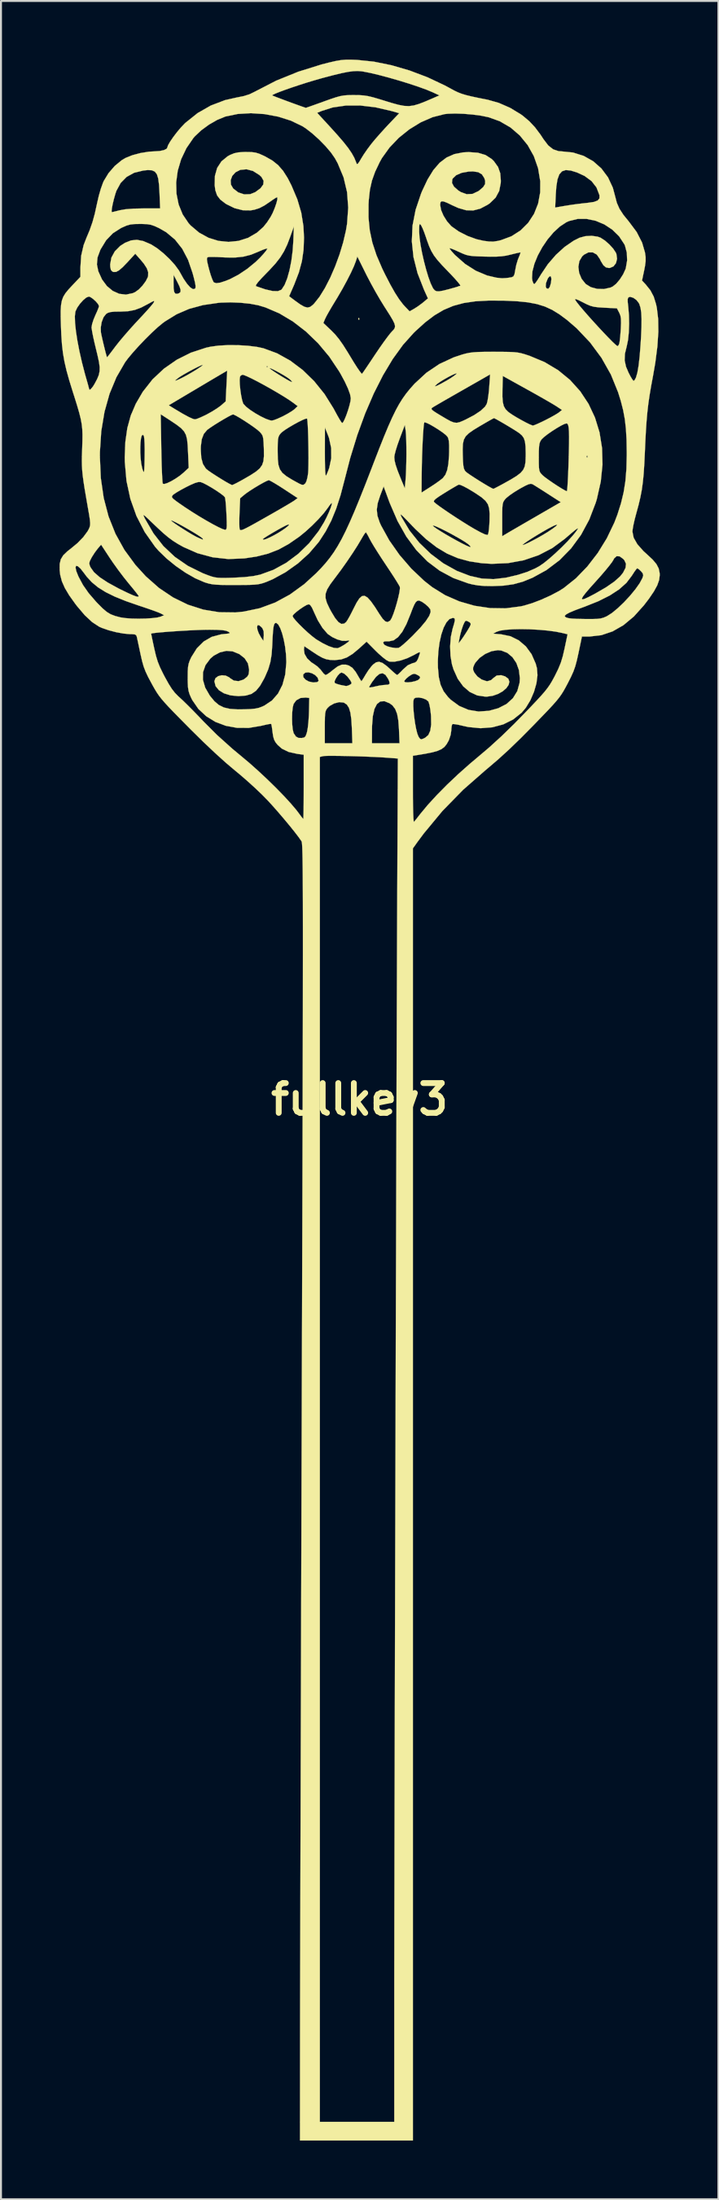
<source format=kicad_pcb>
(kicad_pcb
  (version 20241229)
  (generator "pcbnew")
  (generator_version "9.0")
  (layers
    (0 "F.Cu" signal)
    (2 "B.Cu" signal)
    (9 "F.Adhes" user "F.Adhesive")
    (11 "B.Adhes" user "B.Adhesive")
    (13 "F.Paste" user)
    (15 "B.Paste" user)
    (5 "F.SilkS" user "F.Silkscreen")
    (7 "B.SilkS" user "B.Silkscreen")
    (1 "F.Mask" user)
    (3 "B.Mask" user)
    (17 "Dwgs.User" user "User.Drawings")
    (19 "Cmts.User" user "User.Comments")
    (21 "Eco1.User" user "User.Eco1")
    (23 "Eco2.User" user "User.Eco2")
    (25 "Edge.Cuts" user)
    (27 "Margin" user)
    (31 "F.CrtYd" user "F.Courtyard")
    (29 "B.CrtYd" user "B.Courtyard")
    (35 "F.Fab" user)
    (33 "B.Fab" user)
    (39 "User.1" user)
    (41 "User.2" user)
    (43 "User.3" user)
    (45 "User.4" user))
  (footprint "fullkey3"
    (layer "F.Cu")
    (at 15.354 53.209)
    (property "Reference" "fullkey3" (at 0 0 0) (layer "F.SilkS") (effects (font (size 1.524 1.524) (thickness 0.3))))
    (attr through_hole)
    (fp_poly (pts (xy -0.021 -39.984) (xy -0.014 -39.908) (xy -0.021 -39.899) (xy -0.059 -39.908) (xy -0.064 -39.941) (xy -0.04 -39.994) (xy -0.021 -39.984)) (stroke (width 0.01) (type solid)) (fill yes) (layer "F.SilkS"))
    (fp_poly (pts (xy -0.127 -53.193) (xy 0.732 -53.104) (xy 1.638 -52.92) (xy 2.565 -52.65) (xy 3.485 -52.302) (xy 4.371 -51.884) (xy 4.667 -51.724) (xy 4.864 -51.617) (xy 5.045 -51.531) (xy 5.235 -51.458) (xy 5.457 -51.391) (xy 5.733 -51.324) (xy 6.088 -51.248) (xy 6.544 -51.158) (xy 6.552 -51.157) (xy 7.126 -50.995) (xy 7.707 -50.741) (xy 8.245 -50.416) (xy 8.358 -50.334) (xy 8.688 -50.057) (xy 8.98 -49.746) (xy 9.264 -49.368) (xy 9.419 -49.132) (xy 9.66 -48.816) (xy 9.912 -48.617) (xy 10.191 -48.524) (xy 10.331 -48.514) (xy 10.926 -48.454) (xy 11.473 -48.282) (xy 11.962 -48.007) (xy 12.381 -47.637) (xy 12.719 -47.183) (xy 12.966 -46.653) (xy 13.086 -46.204) (xy 13.171 -45.879) (xy 13.305 -45.576) (xy 13.508 -45.264) (xy 13.782 -44.927) (xy 14.184 -44.39) (xy 14.463 -43.847) (xy 14.611 -43.339) (xy 14.644 -43.109) (xy 14.645 -42.896) (xy 14.613 -42.648) (xy 14.571 -42.43) (xy 14.46 -41.903) (xy 14.65 -41.7) (xy 14.888 -41.403) (xy 15.058 -41.081) (xy 15.178 -40.693) (xy 15.219 -40.501) (xy 15.286 -39.941) (xy 15.295 -39.28) (xy 15.246 -38.53) (xy 15.14 -37.701) (xy 15.028 -37.052) (xy 14.929 -36.522) (xy 14.849 -36.05) (xy 14.784 -35.608) (xy 14.733 -35.169) (xy 14.692 -34.705) (xy 14.657 -34.187) (xy 14.626 -33.588) (xy 14.607 -33.147) (xy 14.578 -32.536) (xy 14.545 -32.025) (xy 14.502 -31.585) (xy 14.448 -31.191) (xy 14.376 -30.814) (xy 14.285 -30.428) (xy 14.17 -30.004) (xy 14.161 -29.972) (xy 14.081 -29.669) (xy 14.017 -29.383) (xy 13.978 -29.153) (xy 13.97 -29.048) (xy 14.032 -28.741) (xy 14.22 -28.411) (xy 14.532 -28.058) (xy 14.718 -27.889) (xy 15.007 -27.619) (xy 15.201 -27.386) (xy 15.314 -27.166) (xy 15.362 -26.933) (xy 15.366 -26.821) (xy 15.335 -26.576) (xy 15.238 -26.304) (xy 15.066 -25.99) (xy 14.813 -25.618) (xy 14.553 -25.279) (xy 14.042 -24.711) (xy 13.509 -24.267) (xy 12.954 -23.949) (xy 12.378 -23.755) (xy 11.779 -23.686) (xy 11.743 -23.686) (xy 11.384 -23.686) (xy 11.208 -22.844) (xy 11.123 -22.462) (xy 11.042 -22.161) (xy 10.947 -21.894) (xy 10.822 -21.617) (xy 10.653 -21.284) (xy 10.647 -21.273) (xy 10.535 -21.064) (xy 10.435 -20.886) (xy 10.332 -20.723) (xy 10.217 -20.562) (xy 10.076 -20.388) (xy 9.899 -20.186) (xy 9.672 -19.941) (xy 9.383 -19.64) (xy 9.022 -19.266) (xy 8.893 -19.133) (xy 8.244 -18.477) (xy 7.652 -17.905) (xy 7.099 -17.401) (xy 6.568 -16.948) (xy 6.473 -16.869) (xy 5.303 -15.844) (xy 4.242 -14.758) (xy 3.287 -13.606) (xy 2.963 -13.169) (xy 2.731 -12.844) (xy 2.731 53.276) (xy -3.048 53.276) (xy -3.045 48.498) (xy -3.045 48.108) (xy -3.044 47.596) (xy -3.043 46.968) (xy -3.042 46.227) (xy -3.04 45.379) (xy -3.038 44.428) (xy -3.035 43.381) (xy -3.032 42.242) (xy -3.029 41.015) (xy -3.026 39.706) (xy -3.022 38.32) (xy -3.018 36.861) (xy -3.014 35.335) (xy -3.01 33.747) (xy -3.005 32.102) (xy -3 30.404) (xy -2.995 28.659) (xy -2.99 26.871) (xy -2.985 25.046) (xy -2.979 23.188) (xy -2.974 21.303) (xy -2.968 19.395) (xy -2.962 17.47) (xy -2.956 15.532) (xy -2.956 15.335) (xy -2.949 13.062) (xy -2.942 10.911) (xy -2.936 8.881) (xy -2.93 6.968) (xy -2.925 5.168) (xy -2.92 3.478) (xy -2.916 1.894) (xy -2.912 0.413) (xy -2.909 -0.969) (xy -2.906 -2.254) (xy -2.903 -3.447) (xy -2.901 -4.55) (xy -2.9 -5.568) (xy -2.899 -6.503) (xy -2.898 -7.36) (xy -2.898 -8.141) (xy -2.898 -8.85) (xy -2.899 -9.491) (xy -2.9 -10.066) (xy -2.902 -10.579) (xy -2.904 -11.035) (xy -2.906 -11.435) (xy -2.909 -11.784) (xy -2.913 -12.085) (xy -2.917 -12.342) (xy -2.922 -12.558) (xy -2.927 -12.735) (xy -2.932 -12.879) (xy -2.938 -12.992) (xy -2.944 -13.077) (xy -2.951 -13.139) (xy -2.959 -13.18) (xy -2.967 -13.204) (xy -2.969 -13.208) (xy -3.112 -13.413) (xy -3.324 -13.69) (xy -3.586 -14.016) (xy -3.882 -14.371) (xy -4.192 -14.733) (xy -4.499 -15.08) (xy -4.695 -15.293) (xy -4.995 -15.599) (xy -5.362 -15.949) (xy -5.764 -16.313) (xy -6.167 -16.66) (xy -6.35 -16.81) (xy -6.837 -17.222) (xy -7.39 -17.721) (xy -7.995 -18.293) (xy -8.639 -18.927) (xy -8.785 -19.075) (xy -9.186 -19.481) (xy -9.509 -19.81) (xy -9.766 -20.078) (xy -9.968 -20.298) (xy -10.128 -20.483) (xy -10.258 -20.649) (xy -10.368 -20.808) (xy -10.47 -20.975) (xy -10.578 -21.164) (xy -10.642 -21.281) (xy -10.824 -21.621) (xy -10.954 -21.897) (xy -11.051 -22.152) (xy -11.13 -22.431) (xy -11.208 -22.773) (xy -11.273 -23.08) (xy -11.331 -23.352) (xy -11.376 -23.56) (xy -11.4 -23.67) (xy -11.434 -23.754) (xy -11.51 -23.796) (xy -11.662 -23.811) (xy -11.77 -23.812) (xy -12.023 -23.833) (xy -10.668 -23.833) (xy -10.655 -23.766) (xy -10.621 -23.6) (xy -10.57 -23.359) (xy -10.508 -23.071) (xy -10.422 -22.705) (xy -10.33 -22.401) (xy -10.213 -22.11) (xy -10.054 -21.784) (xy -9.964 -21.612) (xy -9.773 -21.268) (xy -9.61 -21.009) (xy -9.451 -20.805) (xy -9.275 -20.625) (xy -9.201 -20.558) (xy -9.032 -20.402) (xy -8.8 -20.175) (xy -8.526 -19.9) (xy -8.233 -19.598) (xy -7.983 -19.336) (xy -7.292 -18.645) (xy -6.518 -17.949) (xy -6.065 -17.572) (xy -5.63 -17.207) (xy -5.175 -16.801) (xy -4.717 -16.373) (xy -4.275 -15.941) (xy -3.867 -15.522) (xy -3.513 -15.136) (xy -3.229 -14.801) (xy -3.108 -14.641) (xy -2.991 -14.483) (xy -2.907 -14.378) (xy -2.878 -14.351) (xy -2.873 -14.412) (xy -2.868 -14.583) (xy -2.863 -14.847) (xy -2.86 -15.189) (xy -2.858 -15.59) (xy -2.857 -15.994) (xy -2.857 -17.524) (xy -2.032 -17.524) (xy -2.032 52.324) (xy 1.778 52.324) (xy 1.778 46.371) (xy 1.778 45.799) (xy 1.778 45.106) (xy 1.779 44.298) (xy 1.781 43.381) (xy 1.782 42.361) (xy 1.784 41.245) (xy 1.787 40.038) (xy 1.789 38.747) (xy 1.792 37.377) (xy 1.795 35.934) (xy 1.799 34.426) (xy 1.802 32.857) (xy 1.806 31.233) (xy 1.81 29.562) (xy 1.814 27.848) (xy 1.819 26.099) (xy 1.823 24.319) (xy 1.828 22.515) (xy 1.833 20.694) (xy 1.838 18.861) (xy 1.843 17.022) (xy 1.848 15.183) (xy 1.853 13.351) (xy 1.858 11.531) (xy 1.863 9.729) (xy 1.869 7.953) (xy 1.874 6.207) (xy 1.879 4.497) (xy 1.884 2.83) (xy 1.889 1.213) (xy 1.894 -0.35) (xy 1.899 -1.853) (xy 1.904 -3.288) (xy 1.908 -4.65) (xy 1.913 -5.932) (xy 1.917 -7.13) (xy 1.921 -8.236) (xy 1.925 -9.245) (xy 1.929 -10.151) (xy 1.931 -10.643) (xy 1.962 -17.444) (xy 1.441 -17.484) (xy 1.116 -17.505) (xy 0.734 -17.525) (xy 0.315 -17.542) (xy -0.119 -17.557) (xy -0.548 -17.569) (xy -0.95 -17.577) (xy -1.304 -17.581) (xy -1.59 -17.581) (xy -1.786 -17.575) (xy -1.862 -17.566) (xy -2.032 -17.524) (xy -2.857 -17.524) (xy -2.857 -17.584) (xy 2.731 -17.584) (xy 2.731 -15.859) (xy 2.732 -15.403) (xy 2.738 -14.998) (xy 2.746 -14.66) (xy 2.757 -14.403) (xy 2.77 -14.243) (xy 2.784 -14.195) (xy 2.785 -14.195) (xy 2.849 -14.274) (xy 2.966 -14.421) (xy 3.109 -14.605) (xy 3.109 -14.605) (xy 3.49 -15.064) (xy 3.955 -15.571) (xy 4.483 -16.106) (xy 5.053 -16.645) (xy 5.643 -17.169) (xy 6 -17.469) (xy 6.635 -18.008) (xy 7.261 -18.578) (xy 7.908 -19.207) (xy 8.396 -19.706) (xy 8.768 -20.092) (xy 9.063 -20.404) (xy 9.295 -20.656) (xy 9.476 -20.864) (xy 9.618 -21.044) (xy 9.735 -21.21) (xy 9.838 -21.378) (xy 9.941 -21.565) (xy 9.993 -21.662) (xy 10.172 -22.025) (xy 10.303 -22.344) (xy 10.404 -22.677) (xy 10.493 -23.061) (xy 10.649 -23.802) (xy 10.388 -23.866) (xy 10.035 -23.937) (xy 9.622 -23.992) (xy 9.172 -24.032) (xy 8.709 -24.057) (xy 8.255 -24.065) (xy 7.836 -24.056) (xy 7.474 -24.03) (xy 7.192 -23.987) (xy 7.024 -23.931) (xy 6.84 -23.831) (xy 7.255 -23.798) (xy 7.727 -23.7) (xy 8.151 -23.49) (xy 8.514 -23.181) (xy 8.806 -22.782) (xy 9.016 -22.304) (xy 9.081 -22.065) (xy 9.108 -21.705) (xy 9.055 -21.291) (xy 8.93 -20.855) (xy 8.747 -20.429) (xy 8.515 -20.046) (xy 8.299 -19.789) (xy 7.863 -19.441) (xy 7.357 -19.19) (xy 6.796 -19.04) (xy 6.195 -18.994) (xy 5.569 -19.055) (xy 5.305 -19.113) (xy 5.068 -19.168) (xy 4.877 -19.201) (xy 4.767 -19.208) (xy 4.755 -19.204) (xy 4.72 -19.125) (xy 4.701 -18.967) (xy 4.699 -18.901) (xy 4.666 -18.66) (xy 4.581 -18.403) (xy 4.556 -18.35) (xy 4.454 -18.171) (xy 4.339 -18.031) (xy 4.191 -17.922) (xy 3.992 -17.834) (xy 3.721 -17.758) (xy 3.359 -17.686) (xy 2.969 -17.621) (xy 2.731 -17.584) (xy -2.857 -17.584) (xy -2.857 -17.637) (xy -3.181 -17.68) (xy -3.629 -17.78) (xy -3.978 -17.95) (xy -4.189 -18.137) (xy -4.303 -18.278) (xy -4.375 -18.414) (xy -4.422 -18.584) (xy -4.458 -18.831) (xy -4.467 -18.912) (xy -4.492 -19.086) (xy -4.516 -19.197) (xy -4.524 -19.214) (xy -4.594 -19.212) (xy -4.755 -19.182) (xy -4.977 -19.131) (xy -5.048 -19.114) (xy -5.667 -19.01) (xy -6.272 -19.013) (xy -6.846 -19.118) (xy -7.377 -19.318) (xy -7.673 -19.5) (xy -3.455 -19.5) (xy -3.447 -19.201) (xy -3.421 -18.94) (xy -3.378 -18.758) (xy -3.367 -18.732) (xy -3.254 -18.566) (xy -3.121 -18.496) (xy -2.953 -18.494) (xy -2.836 -18.517) (xy -2.764 -18.582) (xy -2.71 -18.723) (xy -2.682 -18.828) (xy -2.647 -19.027) (xy -2.645 -19.046) (xy -1.778 -19.046) (xy -1.778 -18.224) (xy -0.366 -18.224) (xy 0.635 -18.224) (xy 2.048 -18.224) (xy 2.019 -18.939) (xy 1.986 -19.387) (xy 1.924 -19.728) (xy 1.824 -19.981) (xy 1.682 -20.165) (xy 1.678 -20.168) (xy 2.75 -20.168) (xy 2.765 -19.889) (xy 2.797 -19.575) (xy 2.841 -19.256) (xy 2.896 -18.962) (xy 2.956 -18.722) (xy 3.018 -18.565) (xy 3.022 -18.558) (xy 3.096 -18.454) (xy 3.164 -18.424) (xy 3.272 -18.463) (xy 3.366 -18.511) (xy 3.522 -18.645) (xy 3.621 -18.865) (xy 3.667 -19.18) (xy 3.66 -19.601) (xy 3.654 -19.685) (xy 3.624 -19.951) (xy 3.582 -20.182) (xy 3.535 -20.338) (xy 3.521 -20.364) (xy 3.405 -20.461) (xy 3.228 -20.531) (xy 3.034 -20.565) (xy 2.869 -20.554) (xy 2.785 -20.503) (xy 2.755 -20.383) (xy 2.75 -20.168) (xy 1.678 -20.168) (xy 1.536 -20.272) (xy 1.277 -20.377) (xy 1.061 -20.363) (xy 0.89 -20.229) (xy 0.762 -19.977) (xy 0.679 -19.607) (xy 0.641 -19.118) (xy 0.638 -18.939) (xy 0.635 -18.224) (xy -0.366 -18.224) (xy -0.393 -19.002) (xy -0.42 -19.453) (xy -0.468 -19.793) (xy -0.542 -20.037) (xy -0.647 -20.2) (xy -0.788 -20.296) (xy -0.819 -20.308) (xy -1.041 -20.328) (xy -1.294 -20.264) (xy -1.527 -20.134) (xy -1.635 -20.033) (xy -1.694 -19.956) (xy -1.734 -19.869) (xy -1.759 -19.747) (xy -1.772 -19.565) (xy -1.777 -19.298) (xy -1.778 -19.046) (xy -2.645 -19.046) (xy -2.616 -19.31) (xy -2.595 -19.633) (xy -2.587 -19.844) (xy -2.572 -20.542) (xy -2.753 -20.563) (xy -3.02 -20.541) (xy -3.24 -20.421) (xy -3.376 -20.235) (xy -3.42 -20.056) (xy -3.447 -19.798) (xy -3.455 -19.5) (xy -7.673 -19.5) (xy -7.849 -19.608) (xy -8.249 -19.981) (xy -8.56 -20.432) (xy -8.623 -20.557) (xy -8.703 -20.741) (xy -8.753 -20.908) (xy -8.781 -21.096) (xy -8.793 -21.344) (xy -8.794 -21.472) (xy -8.017 -21.472) (xy -7.9 -21.07) (xy -7.663 -20.659) (xy -7.65 -20.643) (xy -7.429 -20.375) (xy -7.203 -20.183) (xy -6.945 -20.055) (xy -6.632 -19.983) (xy -6.238 -19.956) (xy -5.898 -19.96) (xy -5.572 -19.973) (xy -5.336 -19.997) (xy -5.149 -20.038) (xy -4.976 -20.103) (xy -4.869 -20.153) (xy -4.483 -20.411) (xy -4.174 -20.765) (xy -3.999 -21.108) (xy 0.489 -21.108) (xy 0.515 -21.077) (xy 0.657 -21.095) (xy 0.778 -21.124) (xy 1.009 -21.174) (xy 1.224 -21.204) (xy 1.305 -21.209) (xy 1.475 -21.223) (xy 1.543 -21.279) (xy 1.522 -21.386) (xy 2.286 -21.386) (xy 2.34 -21.347) (xy 2.476 -21.339) (xy 2.655 -21.358) (xy 2.838 -21.398) (xy 2.984 -21.453) (xy 3.037 -21.49) (xy 3.107 -21.578) (xy 3.078 -21.644) (xy 3.02 -21.689) (xy 2.878 -21.762) (xy 2.787 -21.78) (xy 2.672 -21.742) (xy 2.524 -21.647) (xy 2.386 -21.53) (xy 2.298 -21.423) (xy 2.286 -21.386) (xy 1.522 -21.386) (xy 1.519 -21.402) (xy 1.46 -21.527) (xy 1.327 -21.724) (xy 1.184 -21.807) (xy 1.024 -21.775) (xy 0.845 -21.625) (xy 0.641 -21.355) (xy 0.489 -21.108) (xy -3.999 -21.108) (xy -3.947 -21.208) (xy -3.805 -21.733) (xy -2.886 -21.733) (xy -2.876 -21.604) (xy -2.77 -21.481) (xy -2.598 -21.384) (xy -2.39 -21.338) (xy -2.346 -21.336) (xy -2.168 -21.353) (xy -2.111 -21.399) (xy -1.276 -21.399) (xy -1.273 -21.314) (xy -1.272 -21.313) (xy -1.171 -21.263) (xy -0.981 -21.209) (xy -0.74 -21.162) (xy -0.678 -21.153) (xy -0.586 -21.174) (xy -0.5 -21.214) (xy -0.417 -21.269) (xy -0.414 -21.336) (xy -0.478 -21.452) (xy -0.626 -21.645) (xy -0.783 -21.786) (xy -0.918 -21.844) (xy -0.925 -21.844) (xy -1.015 -21.796) (xy -1.121 -21.68) (xy -1.216 -21.534) (xy -1.276 -21.399) (xy -2.111 -21.399) (xy -2.098 -21.409) (xy -2.095 -21.428) (xy -2.145 -21.582) (xy -2.27 -21.713) (xy -2.439 -21.808) (xy -2.618 -21.854) (xy -2.776 -21.839) (xy -2.879 -21.749) (xy -2.886 -21.733) (xy -3.805 -21.733) (xy -3.804 -21.735) (xy -3.749 -22.338) (xy -3.748 -22.416) (xy -3.765 -22.786) (xy -3.793 -23.023) (xy -2.846 -23.023) (xy -2.814 -22.796) (xy -2.681 -22.567) (xy -2.466 -22.365) (xy -2.358 -22.297) (xy -2.16 -22.158) (xy -1.99 -21.989) (xy -1.949 -21.933) (xy -1.843 -21.797) (xy -1.753 -21.722) (xy -1.734 -21.718) (xy -1.649 -21.756) (xy -1.505 -21.857) (xy -1.375 -21.963) (xy -1.121 -22.155) (xy -0.905 -22.247) (xy -0.697 -22.247) (xy -0.543 -22.199) (xy -0.367 -22.085) (xy -0.204 -21.886) (xy -0.124 -21.753) (xy -0.018 -21.571) (xy 0.062 -21.444) (xy 0.097 -21.399) (xy 0.137 -21.45) (xy 0.219 -21.581) (xy 0.309 -21.733) (xy 0.449 -21.952) (xy 0.604 -22.155) (xy 0.69 -22.249) (xy 0.846 -22.364) (xy 1.001 -22.394) (xy 1.176 -22.333) (xy 1.391 -22.178) (xy 1.553 -22.032) (xy 1.721 -21.878) (xy 1.853 -21.765) (xy 1.923 -21.717) (xy 1.926 -21.717) (xy 1.987 -21.76) (xy 2.104 -21.872) (xy 2.223 -21.996) (xy 2.47 -22.216) (xy 2.701 -22.316) (xy 2.704 -22.317) (xy 2.836 -22.352) (xy 2.925 -22.418) (xy 2.933 -22.434) (xy 4.008 -22.434) (xy 4.013 -22.099) (xy 4.057 -21.61) (xy 4.15 -21.215) (xy 4.304 -20.883) (xy 4.531 -20.589) (xy 4.673 -20.448) (xy 5.105 -20.132) (xy 5.582 -19.932) (xy 6.093 -19.848) (xy 6.626 -19.885) (xy 7.103 -20.017) (xy 7.525 -20.233) (xy 7.851 -20.529) (xy 8.076 -20.893) (xy 8.192 -21.316) (xy 8.207 -21.554) (xy 8.16 -21.966) (xy 8.029 -22.331) (xy 7.826 -22.631) (xy 7.565 -22.849) (xy 7.26 -22.969) (xy 7.081 -22.987) (xy 6.759 -22.935) (xy 6.433 -22.795) (xy 6.143 -22.59) (xy 5.927 -22.344) (xy 5.877 -22.255) (xy 5.814 -22.099) (xy 5.813 -21.984) (xy 5.874 -21.843) (xy 6.033 -21.641) (xy 6.255 -21.484) (xy 6.491 -21.404) (xy 6.552 -21.4) (xy 6.738 -21.458) (xy 6.847 -21.558) (xy 7.023 -21.69) (xy 7.25 -21.708) (xy 7.457 -21.644) (xy 7.616 -21.525) (xy 7.67 -21.376) (xy 7.631 -21.211) (xy 7.513 -21.042) (xy 7.33 -20.884) (xy 7.094 -20.75) (xy 6.82 -20.654) (xy 6.52 -20.61) (xy 6.447 -20.609) (xy 6.024 -20.672) (xy 5.641 -20.851) (xy 5.306 -21.138) (xy 5.027 -21.525) (xy 4.81 -22.005) (xy 4.73 -22.268) (xy 4.656 -22.703) (xy 4.638 -23.187) (xy 4.649 -23.336) (xy 5.068 -23.336) (xy 5.193 -23.495) (xy 5.294 -23.636) (xy 5.426 -23.836) (xy 5.527 -23.996) (xy 5.639 -24.184) (xy 5.689 -24.295) (xy 5.684 -24.362) (xy 5.632 -24.415) (xy 5.617 -24.425) (xy 5.498 -24.486) (xy 5.432 -24.492) (xy 5.374 -24.42) (xy 5.3 -24.257) (xy 5.224 -24.033) (xy 5.155 -23.783) (xy 5.114 -23.59) (xy 5.068 -23.336) (xy 4.649 -23.336) (xy 4.673 -23.665) (xy 4.762 -24.077) (xy 4.841 -24.34) (xy 4.878 -24.506) (xy 4.872 -24.596) (xy 4.826 -24.633) (xy 4.768 -24.638) (xy 4.6 -24.577) (xy 4.445 -24.405) (xy 4.305 -24.138) (xy 4.187 -23.792) (xy 4.095 -23.382) (xy 4.034 -22.924) (xy 4.008 -22.434) (xy 2.933 -22.434) (xy 2.995 -22.545) (xy 3.07 -22.762) (xy 3.077 -22.784) (xy 3.097 -22.862) (xy 3.078 -22.887) (xy 2.998 -22.857) (xy 2.834 -22.768) (xy 2.784 -22.74) (xy 2.447 -22.577) (xy 2.108 -22.461) (xy 1.799 -22.4) (xy 1.551 -22.401) (xy 1.492 -22.416) (xy 1.366 -22.487) (xy 1.182 -22.629) (xy 0.969 -22.816) (xy 0.829 -22.952) (xy 0.401 -23.383) (xy 1.205 -23.383) (xy 1.249 -23.288) (xy 1.291 -23.25) (xy 1.431 -23.181) (xy 1.638 -23.126) (xy 1.851 -23.097) (xy 2 -23.105) (xy 2.091 -23.16) (xy 2.249 -23.288) (xy 2.453 -23.472) (xy 2.684 -23.693) (xy 2.735 -23.744) (xy 3.117 -24.144) (xy 3.394 -24.476) (xy 3.568 -24.743) (xy 3.569 -24.744) (xy 10.505 -24.744) (xy 10.518 -24.702) (xy 10.587 -24.657) (xy 10.697 -24.625) (xy 10.869 -24.604) (xy 11.123 -24.591) (xy 11.478 -24.583) (xy 11.592 -24.582) (xy 11.927 -24.581) (xy 12.166 -24.589) (xy 12.341 -24.61) (xy 12.483 -24.648) (xy 12.625 -24.708) (xy 12.673 -24.732) (xy 12.926 -24.893) (xy 13.221 -25.137) (xy 13.534 -25.436) (xy 13.841 -25.766) (xy 14.117 -26.1) (xy 14.338 -26.412) (xy 14.479 -26.673) (xy 14.524 -26.817) (xy 14.495 -26.922) (xy 14.412 -27.022) (xy 14.299 -27.128) (xy 14.222 -27.178) (xy 14.218 -27.178) (xy 14.163 -27.128) (xy 14.066 -26.995) (xy 13.945 -26.808) (xy 13.934 -26.791) (xy 13.662 -26.433) (xy 13.291 -26.101) (xy 12.815 -25.79) (xy 12.226 -25.494) (xy 11.518 -25.211) (xy 11.43 -25.18) (xy 11.03 -25.031) (xy 10.746 -24.911) (xy 10.574 -24.817) (xy 10.505 -24.744) (xy 3.569 -24.744) (xy 3.641 -24.946) (xy 3.623 -25.077) (xy 3.519 -25.208) (xy 3.362 -25.348) (xy 3.194 -25.464) (xy 3.057 -25.525) (xy 3.034 -25.527) (xy 2.952 -25.51) (xy 2.879 -25.447) (xy 2.802 -25.317) (xy 2.71 -25.102) (xy 2.61 -24.837) (xy 2.4 -24.322) (xy 2.19 -23.931) (xy 1.973 -23.656) (xy 1.748 -23.494) (xy 1.51 -23.441) (xy 1.449 -23.443) (xy 1.274 -23.438) (xy 1.205 -23.383) (xy 0.401 -23.383) (xy 0.36 -23.423) (xy -0.026 -23.07) (xy -0.356 -22.796) (xy -0.65 -22.615) (xy -0.938 -22.515) (xy -1.252 -22.481) (xy -1.283 -22.48) (xy -1.512 -22.489) (xy -1.708 -22.525) (xy -1.904 -22.601) (xy -2.135 -22.73) (xy -2.413 -22.912) (xy -2.826 -23.19) (xy -2.846 -23.023) (xy -3.793 -23.023) (xy -3.809 -23.162) (xy -3.877 -23.523) (xy -3.961 -23.846) (xy -4.057 -24.111) (xy -4.158 -24.297) (xy -4.259 -24.381) (xy -4.28 -24.384) (xy -4.333 -24.365) (xy -4.373 -24.298) (xy -4.405 -24.168) (xy -4.429 -23.957) (xy -4.45 -23.651) (xy -4.468 -23.241) (xy -4.501 -22.768) (xy -4.566 -22.374) (xy -4.673 -22.01) (xy -4.836 -21.631) (xy -4.889 -21.523) (xy -5.093 -21.163) (xy -5.299 -20.911) (xy -5.531 -20.75) (xy -5.816 -20.665) (xy -6.176 -20.638) (xy -6.208 -20.637) (xy -6.602 -20.675) (xy -6.938 -20.779) (xy -7.198 -20.94) (xy -7.368 -21.148) (xy -7.429 -21.393) (xy -7.429 -21.399) (xy -7.376 -21.553) (xy -7.238 -21.657) (xy -7.051 -21.704) (xy -6.851 -21.686) (xy -6.672 -21.597) (xy -6.63 -21.558) (xy -6.432 -21.43) (xy -6.192 -21.402) (xy -5.951 -21.477) (xy -5.904 -21.507) (xy -5.751 -21.627) (xy -5.677 -21.75) (xy -5.654 -21.928) (xy -5.653 -22.003) (xy -5.712 -22.31) (xy -5.883 -22.576) (xy -6.154 -22.788) (xy -6.497 -22.928) (xy -6.813 -22.953) (xy -7.147 -22.875) (xy -7.463 -22.706) (xy -7.639 -22.555) (xy -7.886 -22.222) (xy -8.012 -21.859) (xy -8.017 -21.472) (xy -8.794 -21.472) (xy -8.795 -21.59) (xy -8.792 -21.902) (xy -8.778 -22.126) (xy -8.746 -22.299) (xy -8.69 -22.46) (xy -8.611 -22.631) (xy -8.328 -23.083) (xy -7.979 -23.43) (xy -7.565 -23.669) (xy -7.092 -23.796) (xy -6.985 -23.809) (xy -6.767 -23.83) (xy -6.658 -23.85) (xy -6.642 -23.878) (xy -6.7 -23.922) (xy -6.731 -23.941) (xy -6.842 -23.983) (xy -7.018 -24.012) (xy -7.279 -24.029) (xy -7.643 -24.035) (xy -7.715 -24.035) (xy -7.979 -24.031) (xy -8.304 -24.019) (xy -8.671 -24.002) (xy -9.059 -23.981) (xy -9.446 -23.956) (xy -9.814 -23.93) (xy -10.14 -23.903) (xy -10.404 -23.878) (xy -10.587 -23.855) (xy -10.666 -23.836) (xy -10.668 -23.833) (xy -12.023 -23.833) (xy -12.086 -23.839) (xy -12.462 -23.908) (xy -12.848 -24.009) (xy -13.19 -24.128) (xy -13.307 -24.181) (xy -5.246 -24.181) (xy -5.227 -24.038) (xy -5.161 -23.855) (xy -5.048 -23.65) (xy -5.031 -23.625) (xy -4.921 -23.463) (xy -4.901 -23.741) (xy -4.906 -23.951) (xy -4.967 -24.1) (xy -5.024 -24.17) (xy -5.144 -24.266) (xy -5.218 -24.263) (xy -5.246 -24.181) (xy -13.307 -24.181) (xy -13.336 -24.194) (xy -13.69 -24.427) (xy -14.065 -24.777) (xy -14.464 -25.246) (xy -14.549 -25.357) (xy -14.861 -25.794) (xy -15.086 -26.172) (xy -15.236 -26.513) (xy -15.321 -26.84) (xy -15.349 -27.083) (xy -15.349 -27.215) (xy -14.538 -27.215) (xy -14.496 -27.024) (xy -14.385 -26.749) (xy -14.155 -26.321) (xy -13.867 -25.908) (xy -13.495 -25.476) (xy -13.402 -25.378) (xy -13.148 -25.123) (xy -12.937 -24.945) (xy -12.735 -24.823) (xy -12.505 -24.736) (xy -12.232 -24.665) (xy -11.985 -24.628) (xy -11.666 -24.605) (xy -11.31 -24.598) (xy -10.948 -24.605) (xy -10.617 -24.626) (xy -10.348 -24.659) (xy -10.192 -24.699) (xy -10.1 -24.736) (xy -3.429 -24.736) (xy -3.384 -24.646) (xy -3.261 -24.496) (xy -3.083 -24.306) (xy -2.87 -24.096) (xy -2.643 -23.886) (xy -2.423 -23.699) (xy -2.23 -23.552) (xy -2.197 -23.53) (xy -1.872 -23.336) (xy -1.57 -23.191) (xy -1.316 -23.105) (xy -1.134 -23.088) (xy -1.111 -23.092) (xy -0.981 -23.149) (xy -0.807 -23.248) (xy -0.746 -23.288) (xy -0.579 -23.408) (xy -0.52 -23.471) (xy -0.567 -23.486) (xy -0.695 -23.464) (xy -0.892 -23.468) (xy -1.14 -23.539) (xy -1.396 -23.658) (xy -1.616 -23.809) (xy -1.641 -23.831) (xy -1.896 -24.127) (xy -2.137 -24.517) (xy -2.321 -24.914) (xy -2.433 -25.163) (xy -2.527 -25.3) (xy -2.602 -25.337) (xy -2.708 -25.301) (xy -2.869 -25.208) (xy -3.054 -25.083) (xy -3.23 -24.948) (xy -3.366 -24.827) (xy -3.428 -24.743) (xy -3.429 -24.736) (xy -10.1 -24.736) (xy -10.001 -24.775) (xy -10.177 -24.868) (xy -10.298 -24.92) (xy -10.513 -25.001) (xy -10.798 -25.101) (xy -11.126 -25.213) (xy -11.289 -25.266) (xy -11.965 -25.501) (xy -12.529 -25.729) (xy -12.996 -25.959) (xy -13.382 -26.2) (xy -13.7 -26.461) (xy -13.966 -26.75) (xy -14.085 -26.91) (xy -14.276 -27.155) (xy -14.42 -27.285) (xy -14.51 -27.304) (xy -14.538 -27.215) (xy -15.349 -27.215) (xy -15.349 -27.391) (xy -15.341 -27.425) (xy -13.836 -27.425) (xy -13.807 -27.311) (xy -13.764 -27.217) (xy -13.593 -26.978) (xy -13.301 -26.721) (xy -12.884 -26.446) (xy -12.344 -26.151) (xy -12.231 -26.094) (xy -11.872 -25.92) (xy -11.612 -25.803) (xy -11.438 -25.738) (xy -11.34 -25.72) (xy -11.304 -25.746) (xy -11.303 -25.754) (xy -11.342 -25.814) (xy -11.447 -25.951) (xy -11.603 -26.146) (xy -11.795 -26.378) (xy -11.818 -26.405) (xy -12.074 -26.725) (xy -12.357 -27.099) (xy -12.625 -27.473) (xy -12.781 -27.703) (xy -13.229 -28.386) (xy -13.406 -28.179) (xy -13.552 -27.985) (xy -13.695 -27.762) (xy -13.726 -27.706) (xy -13.811 -27.538) (xy -13.836 -27.425) (xy -15.341 -27.425) (xy -15.294 -27.632) (xy -15.169 -27.84) (xy -14.956 -28.046) (xy -14.784 -28.18) (xy -14.438 -28.466) (xy -14.142 -28.772) (xy -13.923 -29.068) (xy -13.858 -29.186) (xy -13.816 -29.283) (xy -13.792 -29.379) (xy -13.788 -29.498) (xy -13.803 -29.666) (xy -13.84 -29.909) (xy -13.899 -30.247) (xy -13.995 -30.801) (xy -14.072 -31.252) (xy -14.129 -31.62) (xy -14.17 -31.928) (xy -14.196 -32.195) (xy -14.21 -32.445) (xy -14.214 -32.697) (xy -14.211 -32.893) (xy -13.292 -32.893) (xy -13.244 -31.797) (xy -13.096 -30.777) (xy -12.847 -29.828) (xy -12.494 -28.944) (xy -12.036 -28.119) (xy -11.47 -27.348) (xy -10.941 -26.768) (xy -10.265 -26.171) (xy -9.543 -25.686) (xy -8.784 -25.315) (xy -7.993 -25.062) (xy -7.18 -24.929) (xy -6.351 -24.918) (xy -5.926 -24.961) (xy -5.103 -25.135) (xy -4.316 -25.426) (xy -3.891 -25.657) (xy -1.741 -25.657) (xy -1.673 -25.414) (xy -1.535 -25.12) (xy -1.446 -24.956) (xy -1.25 -24.63) (xy -1.079 -24.423) (xy -0.927 -24.33) (xy -0.786 -24.347) (xy -0.682 -24.432) (xy -0.612 -24.536) (xy -0.505 -24.723) (xy -0.381 -24.963) (xy -0.312 -25.102) (xy -0.151 -25.417) (xy -0.009 -25.635) (xy 0.123 -25.753) (xy 0.258 -25.77) (xy 0.407 -25.683) (xy 0.582 -25.489) (xy 0.795 -25.188) (xy 1.014 -24.842) (xy 1.183 -24.596) (xy 1.32 -24.46) (xy 1.438 -24.427) (xy 1.552 -24.49) (xy 1.579 -24.516) (xy 1.648 -24.635) (xy 1.733 -24.843) (xy 1.823 -25.109) (xy 1.91 -25.403) (xy 1.986 -25.694) (xy 2.042 -25.951) (xy 2.068 -26.143) (xy 2.064 -26.226) (xy 2.016 -26.317) (xy 1.909 -26.495) (xy 1.755 -26.739) (xy 1.565 -27.03) (xy 1.361 -27.336) (xy 1.136 -27.675) (xy 0.924 -28.004) (xy 0.739 -28.299) (xy 0.599 -28.535) (xy 0.526 -28.669) (xy 0.431 -28.853) (xy 0.356 -28.979) (xy 0.32 -29.019) (xy 0.274 -28.969) (xy 0.188 -28.836) (xy 0.1 -28.686) (xy -0.099 -28.35) (xy -0.355 -27.951) (xy -0.645 -27.522) (xy -0.946 -27.097) (xy -1.234 -26.712) (xy -1.251 -26.69) (xy -1.494 -26.364) (xy -1.655 -26.103) (xy -1.736 -25.877) (xy -1.741 -25.657) (xy -3.891 -25.657) (xy -3.561 -25.836) (xy -2.832 -26.366) (xy -2.222 -26.923) (xy -1.968 -27.185) (xy -1.736 -27.444) (xy -1.521 -27.712) (xy -1.316 -27.998) (xy -1.117 -28.315) (xy -0.916 -28.673) (xy -0.71 -29.082) (xy -0.492 -29.554) (xy -0.256 -30.099) (xy 0.003 -30.728) (xy 0.291 -31.451) (xy 0.613 -32.28) (xy 0.726 -32.575) (xy 0.839 -32.867) (xy 1.778 -32.867) (xy 1.795 -32.69) (xy 1.849 -32.468) (xy 1.946 -32.181) (xy 2.095 -31.806) (xy 2.144 -31.686) (xy 2.318 -31.274) (xy 2.357 -31.718) (xy 2.373 -31.954) (xy 2.386 -32.276) (xy 2.396 -32.644) (xy 2.4 -33.016) (xy 2.4 -33.052) (xy 2.398 -33.403) (xy 2.391 -33.734) (xy 2.379 -34.012) (xy 2.364 -34.202) (xy 2.361 -34.226) (xy 2.318 -34.51) (xy 2.048 -33.794) (xy 1.941 -33.494) (xy 1.854 -33.216) (xy 1.797 -32.994) (xy 1.778 -32.867) (xy 0.839 -32.867) (xy 1.006 -33.298) (xy 1.251 -33.913) (xy 1.469 -34.436) (xy 1.666 -34.878) (xy 1.849 -35.254) (xy 1.904 -35.356) (xy 3.683 -35.356) (xy 3.693 -35.307) (xy 3.77 -35.237) (xy 3.931 -35.13) (xy 4.139 -35.004) (xy 4.443 -34.823) (xy 4.665 -34.702) (xy 4.834 -34.637) (xy 4.977 -34.622) (xy 5.123 -34.654) (xy 5.3 -34.727) (xy 5.447 -34.796) (xy 5.87 -35.018) (xy 6.197 -35.236) (xy 6.419 -35.442) (xy 6.509 -35.583) (xy 6.549 -35.731) (xy 6.588 -35.962) (xy 7.313 -35.962) (xy 7.334 -35.683) (xy 7.384 -35.478) (xy 7.472 -35.322) (xy 7.604 -35.189) (xy 7.654 -35.15) (xy 7.815 -35.039) (xy 8.031 -34.906) (xy 8.272 -34.769) (xy 8.508 -34.642) (xy 8.709 -34.543) (xy 8.845 -34.488) (xy 8.875 -34.481) (xy 8.964 -34.508) (xy 9.136 -34.581) (xy 9.364 -34.687) (xy 9.51 -34.759) (xy 9.768 -34.893) (xy 9.998 -35.021) (xy 10.165 -35.123) (xy 10.214 -35.159) (xy 10.364 -35.28) (xy 10.087 -35.464) (xy 9.95 -35.549) (xy 9.722 -35.684) (xy 9.424 -35.855) (xy 9.078 -36.052) (xy 8.703 -36.262) (xy 8.572 -36.334) (xy 7.334 -37.021) (xy 7.316 -36.341) (xy 7.313 -35.962) (xy 6.588 -35.962) (xy 6.589 -35.968) (xy 6.623 -36.255) (xy 6.638 -36.441) (xy 6.685 -37.1) (xy 6.406 -36.94) (xy 6.265 -36.859) (xy 6.036 -36.728) (xy 5.74 -36.56) (xy 5.4 -36.366) (xy 5.037 -36.159) (xy 4.985 -36.129) (xy 4.634 -35.929) (xy 4.315 -35.746) (xy 4.047 -35.59) (xy 3.848 -35.474) (xy 3.737 -35.406) (xy 3.726 -35.399) (xy 3.683 -35.356) (xy 1.904 -35.356) (xy 2.025 -35.577) (xy 2.202 -35.86) (xy 2.385 -36.117) (xy 2.583 -36.361) (xy 2.72 -36.514) (xy 3.869 -36.514) (xy 3.873 -36.487) (xy 3.976 -36.524) (xy 4.175 -36.625) (xy 4.455 -36.781) (xy 4.671 -36.912) (xy 4.85 -37.034) (xy 4.956 -37.121) (xy 4.963 -37.129) (xy 4.958 -37.154) (xy 4.869 -37.125) (xy 4.719 -37.057) (xy 4.533 -36.961) (xy 4.336 -36.85) (xy 4.151 -36.737) (xy 4.002 -36.634) (xy 3.969 -36.608) (xy 3.869 -36.514) (xy 2.72 -36.514) (xy 2.801 -36.606) (xy 2.826 -36.632) (xy 3.426 -37.186) (xy 4.089 -37.632) (xy 4.823 -37.973) (xy 5.252 -38.115) (xy 5.446 -38.168) (xy 5.63 -38.206) (xy 5.83 -38.231) (xy 6.072 -38.247) (xy 6.381 -38.255) (xy 6.784 -38.257) (xy 6.921 -38.257) (xy 7.338 -38.255) (xy 7.654 -38.25) (xy 7.896 -38.239) (xy 8.089 -38.219) (xy 8.26 -38.186) (xy 8.435 -38.138) (xy 8.641 -38.071) (xy 8.7 -38.052) (xy 9.474 -37.729) (xy 10.167 -37.315) (xy 10.775 -36.816) (xy 11.294 -36.24) (xy 11.721 -35.595) (xy 12.052 -34.89) (xy 12.285 -34.132) (xy 12.414 -33.328) (xy 12.437 -32.488) (xy 12.349 -31.618) (xy 12.149 -30.727) (xy 12.091 -30.535) (xy 11.76 -29.672) (xy 11.339 -28.891) (xy 10.83 -28.197) (xy 10.238 -27.593) (xy 9.566 -27.085) (xy 8.854 -26.694) (xy 8.359 -26.493) (xy 7.877 -26.361) (xy 7.362 -26.289) (xy 6.795 -26.267) (xy 6.391 -26.274) (xy 6.066 -26.301) (xy 5.774 -26.353) (xy 5.564 -26.406) (xy 4.8 -26.68) (xy 4.104 -27.054) (xy 3.473 -27.53) (xy 2.905 -28.111) (xy 2.396 -28.799) (xy 1.945 -29.598) (xy 1.8 -29.933) (xy 2.1 -29.933) (xy 2.111 -29.885) (xy 2.159 -29.782) (xy 2.558 -29.112) (xy 3.061 -28.483) (xy 3.645 -27.917) (xy 4.288 -27.433) (xy 4.97 -27.053) (xy 5.003 -27.038) (xy 5.647 -26.791) (xy 6.256 -26.653) (xy 6.857 -26.622) (xy 7.474 -26.694) (xy 7.532 -26.705) (xy 8.107 -26.841) (xy 8.586 -26.994) (xy 9 -27.175) (xy 9.205 -27.287) (xy 9.429 -27.441) (xy 9.71 -27.668) (xy 10.023 -27.945) (xy 10.344 -28.249) (xy 10.647 -28.555) (xy 10.907 -28.841) (xy 11.053 -29.02) (xy 11.149 -29.152) (xy 11.184 -29.218) (xy 11.151 -29.215) (xy 11.043 -29.139) (xy 10.856 -28.985) (xy 10.582 -28.75) (xy 10.501 -28.68) (xy 9.867 -28.212) (xy 9.166 -27.848) (xy 8.408 -27.59) (xy 7.602 -27.442) (xy 6.76 -27.406) (xy 6.255 -27.438) (xy 5.615 -27.536) (xy 5.03 -27.697) (xy 4.481 -27.931) (xy 3.949 -28.25) (xy 3.415 -28.663) (xy 2.862 -29.18) (xy 2.684 -29.364) (xy 3.747 -29.364) (xy 3.799 -29.307) (xy 3.943 -29.205) (xy 4.155 -29.07) (xy 4.413 -28.914) (xy 4.695 -28.751) (xy 4.98 -28.593) (xy 5.244 -28.452) (xy 5.465 -28.342) (xy 5.623 -28.275) (xy 5.683 -28.26) (xy 5.682 -28.295) (xy 5.603 -28.378) (xy 8.346 -28.378) (xy 8.373 -28.369) (xy 8.488 -28.412) (xy 8.669 -28.497) (xy 8.895 -28.613) (xy 9.145 -28.747) (xy 9.395 -28.891) (xy 9.626 -29.031) (xy 9.66 -29.053) (xy 9.902 -29.216) (xy 10.056 -29.333) (xy 10.119 -29.4) (xy 10.085 -29.41) (xy 9.952 -29.359) (xy 9.836 -29.302) (xy 9.62 -29.187) (xy 9.365 -29.041) (xy 9.095 -28.88) (xy 8.834 -28.718) (xy 8.607 -28.572) (xy 8.438 -28.455) (xy 8.351 -28.384) (xy 8.346 -28.378) (xy 5.603 -28.378) (xy 5.6 -28.381) (xy 5.563 -28.412) (xy 5.418 -28.516) (xy 5.209 -28.646) (xy 4.956 -28.792) (xy 4.682 -28.943) (xy 4.408 -29.087) (xy 4.156 -29.212) (xy 3.947 -29.308) (xy 3.804 -29.363) (xy 3.747 -29.366) (xy 3.747 -29.364) (xy 2.684 -29.364) (xy 2.635 -29.414) (xy 2.396 -29.665) (xy 2.233 -29.831) (xy 2.138 -29.917) (xy 2.1 -29.933) (xy 1.8 -29.933) (xy 1.55 -30.51) (xy 1.517 -30.598) (xy 3.801 -30.598) (xy 3.814 -30.57) (xy 3.908 -30.487) (xy 4.09 -30.351) (xy 4.34 -30.176) (xy 4.636 -29.975) (xy 4.959 -29.762) (xy 5.289 -29.551) (xy 5.604 -29.355) (xy 5.871 -29.196) (xy 6.194 -29.019) (xy 6.416 -28.915) (xy 6.543 -28.885) (xy 6.568 -28.895) (xy 6.597 -28.982) (xy 6.624 -29.166) (xy 6.645 -29.417) (xy 6.654 -29.609) (xy 6.655 -29.676) (xy 7.303 -29.676) (xy 7.303 -28.819) (xy 7.509 -28.942) (xy 7.622 -29.009) (xy 7.827 -29.129) (xy 8.105 -29.29) (xy 8.437 -29.483) (xy 8.804 -29.695) (xy 9.008 -29.813) (xy 10.3 -30.561) (xy 9.635 -30.99) (xy 9.369 -31.161) (xy 9.132 -31.311) (xy 8.951 -31.424) (xy 8.85 -31.484) (xy 8.848 -31.484) (xy 8.77 -31.503) (xy 8.658 -31.48) (xy 8.491 -31.406) (xy 8.245 -31.273) (xy 8.176 -31.233) (xy 7.919 -31.076) (xy 7.688 -30.917) (xy 7.518 -30.78) (xy 7.464 -30.725) (xy 7.399 -30.642) (xy 7.354 -30.558) (xy 7.326 -30.448) (xy 7.31 -30.287) (xy 7.304 -30.051) (xy 7.303 -29.715) (xy 7.303 -29.676) (xy 6.655 -29.676) (xy 6.659 -29.969) (xy 6.636 -30.242) (xy 6.571 -30.454) (xy 6.447 -30.633) (xy 6.25 -30.807) (xy 5.963 -31.002) (xy 5.81 -31.099) (xy 5.542 -31.259) (xy 5.315 -31.379) (xy 5.152 -31.449) (xy 5.08 -31.46) (xy 4.99 -31.414) (xy 4.818 -31.315) (xy 4.59 -31.179) (xy 4.364 -31.04) (xy 4.091 -30.868) (xy 3.915 -30.744) (xy 3.823 -30.658) (xy 3.801 -30.598) (xy 1.517 -30.598) (xy 1.499 -30.645) (xy 1.35 -31.052) (xy 3.175 -31.052) (xy 3.635 -31.345) (xy 3.872 -31.501) (xy 4.087 -31.654) (xy 4.242 -31.775) (xy 4.266 -31.796) (xy 4.394 -31.964) (xy 4.487 -32.201) (xy 4.548 -32.525) (xy 4.581 -32.951) (xy 4.587 -33.153) (xy 4.587 -33.263) (xy 5.279 -33.263) (xy 5.284 -32.979) (xy 5.295 -32.657) (xy 5.313 -32.435) (xy 5.341 -32.288) (xy 5.385 -32.189) (xy 5.429 -32.13) (xy 5.516 -32.059) (xy 5.68 -31.945) (xy 5.897 -31.803) (xy 6.139 -31.649) (xy 6.382 -31.5) (xy 6.598 -31.372) (xy 6.763 -31.281) (xy 6.85 -31.243) (xy 6.853 -31.243) (xy 6.916 -31.271) (xy 7.064 -31.347) (xy 7.269 -31.456) (xy 7.361 -31.506) (xy 7.748 -31.722) (xy 8.036 -31.899) (xy 8.241 -32.056) (xy 8.376 -32.213) (xy 8.456 -32.39) (xy 8.494 -32.605) (xy 8.505 -32.858) (xy 9.176 -32.858) (xy 9.177 -32.545) (xy 9.184 -32.332) (xy 9.202 -32.191) (xy 9.238 -32.094) (xy 9.298 -32.014) (xy 9.37 -31.939) (xy 9.486 -31.841) (xy 9.669 -31.707) (xy 9.891 -31.553) (xy 10.124 -31.399) (xy 10.34 -31.264) (xy 10.512 -31.165) (xy 10.61 -31.121) (xy 10.613 -31.12) (xy 10.627 -31.179) (xy 10.643 -31.347) (xy 10.659 -31.606) (xy 10.676 -31.938) (xy 10.692 -32.326) (xy 10.698 -32.528) (xy 10.709 -32.893) (xy 11.62 -32.893) (xy 11.644 -32.841) (xy 11.663 -32.851) (xy 11.67 -32.926) (xy 11.663 -32.935) (xy 11.625 -32.927) (xy 11.62 -32.893) (xy 10.709 -32.893) (xy 10.715 -33.102) (xy 10.725 -33.562) (xy 10.727 -33.919) (xy 10.721 -34.186) (xy 10.706 -34.374) (xy 10.682 -34.497) (xy 10.648 -34.566) (xy 10.604 -34.593) (xy 10.602 -34.593) (xy 10.499 -34.568) (xy 10.324 -34.483) (xy 10.103 -34.355) (xy 9.864 -34.203) (xy 9.636 -34.045) (xy 9.446 -33.897) (xy 9.321 -33.778) (xy 9.308 -33.761) (xy 9.249 -33.667) (xy 9.211 -33.556) (xy 9.189 -33.401) (xy 9.178 -33.173) (xy 9.176 -32.858) (xy 8.505 -32.858) (xy 8.506 -32.88) (xy 8.507 -33.064) (xy 8.498 -33.411) (xy 8.469 -33.659) (xy 8.411 -33.838) (xy 8.315 -33.975) (xy 8.191 -34.084) (xy 8.077 -34.163) (xy 7.895 -34.279) (xy 7.672 -34.415) (xy 7.435 -34.557) (xy 7.211 -34.687) (xy 7.027 -34.791) (xy 6.909 -34.852) (xy 6.882 -34.861) (xy 6.817 -34.831) (xy 6.665 -34.748) (xy 6.449 -34.624) (xy 6.191 -34.473) (xy 6.176 -34.465) (xy 5.838 -34.26) (xy 5.596 -34.09) (xy 5.434 -33.932) (xy 5.338 -33.758) (xy 5.291 -33.544) (xy 5.279 -33.263) (xy 4.587 -33.263) (xy 4.587 -33.473) (xy 4.572 -33.693) (xy 4.537 -33.84) (xy 4.498 -33.915) (xy 4.406 -34.01) (xy 4.244 -34.136) (xy 4.039 -34.276) (xy 3.819 -34.414) (xy 3.61 -34.534) (xy 3.439 -34.617) (xy 3.334 -34.649) (xy 3.317 -34.644) (xy 3.297 -34.564) (xy 3.276 -34.377) (xy 3.256 -34.1) (xy 3.235 -33.752) (xy 3.217 -33.352) (xy 3.201 -32.92) (xy 3.189 -32.472) (xy 3.182 -32.029) (xy 3.18 -31.862) (xy 3.175 -31.052) (xy 1.35 -31.052) (xy 1.234 -31.365) (xy 1.056 -30.899) (xy 0.93 -30.51) (xy 0.883 -30.18) (xy 0.916 -29.866) (xy 1.03 -29.527) (xy 1.099 -29.373) (xy 1.522 -28.607) (xy 2.047 -27.86) (xy 2.65 -27.161) (xy 3.306 -26.539) (xy 3.718 -26.214) (xy 4.384 -25.801) (xy 5.115 -25.482) (xy 5.889 -25.26) (xy 6.684 -25.141) (xy 7.479 -25.129) (xy 8.25 -25.229) (xy 8.41 -25.265) (xy 8.839 -25.394) (xy 9.314 -25.575) (xy 9.423 -25.625) (xy 11.379 -25.625) (xy 11.407 -25.586) (xy 11.522 -25.614) (xy 11.722 -25.705) (xy 12.008 -25.854) (xy 12.08 -25.893) (xy 12.619 -26.205) (xy 13.037 -26.494) (xy 13.337 -26.761) (xy 13.488 -26.949) (xy 13.617 -27.202) (xy 13.64 -27.409) (xy 13.555 -27.592) (xy 13.497 -27.657) (xy 13.315 -27.789) (xy 13.16 -27.798) (xy 13.034 -27.685) (xy 12.994 -27.607) (xy 12.923 -27.493) (xy 12.781 -27.306) (xy 12.585 -27.066) (xy 12.35 -26.792) (xy 12.136 -26.553) (xy 11.815 -26.196) (xy 11.582 -25.925) (xy 11.437 -25.736) (xy 11.379 -25.625) (xy 9.423 -25.625) (xy 9.787 -25.79) (xy 10.214 -26.016) (xy 10.452 -26.166) (xy 11.076 -26.664) (xy 11.66 -27.268) (xy 12.193 -27.958) (xy 12.659 -28.714) (xy 13.045 -29.519) (xy 13.2 -29.924) (xy 13.383 -30.501) (xy 13.518 -31.06) (xy 13.609 -31.633) (xy 13.661 -32.256) (xy 13.679 -32.962) (xy 13.679 -33.115) (xy 13.668 -33.762) (xy 13.636 -34.316) (xy 13.58 -34.808) (xy 13.494 -35.273) (xy 13.374 -35.742) (xy 13.233 -36.193) (xy 12.867 -37.093) (xy 12.457 -37.82) (xy 13.57 -37.82) (xy 13.64 -37.495) (xy 13.768 -37.194) (xy 13.875 -36.988) (xy 13.967 -36.837) (xy 14.025 -36.768) (xy 14.03 -36.767) (xy 14.088 -36.819) (xy 14.151 -36.941) (xy 14.222 -37.186) (xy 14.285 -37.547) (xy 14.34 -38.029) (xy 14.387 -38.632) (xy 14.41 -39.001) (xy 14.433 -39.526) (xy 14.437 -39.942) (xy 14.421 -40.264) (xy 14.383 -40.51) (xy 14.324 -40.696) (xy 14.297 -40.751) (xy 14.173 -40.908) (xy 14.012 -41.022) (xy 13.857 -41.067) (xy 13.803 -41.058) (xy 13.75 -41.022) (xy 13.726 -40.947) (xy 13.728 -40.804) (xy 13.754 -40.565) (xy 13.755 -40.559) (xy 13.79 -40.133) (xy 13.799 -39.683) (xy 13.783 -39.245) (xy 13.743 -38.857) (xy 13.681 -38.555) (xy 13.678 -38.544) (xy 13.584 -38.154) (xy 13.57 -37.82) (xy 12.457 -37.82) (xy 12.387 -37.945) (xy 11.8 -38.737) (xy 11.114 -39.46) (xy 10.62 -39.886) (xy 10.234 -40.173) (xy 9.865 -40.4) (xy 9.489 -40.573) (xy 9.082 -40.699) (xy 8.621 -40.787) (xy 8.083 -40.842) (xy 7.444 -40.873) (xy 7.398 -40.875) (xy 6.616 -40.879) (xy 5.935 -40.841) (xy 5.337 -40.753) (xy 4.801 -40.609) (xy 4.306 -40.401) (xy 3.833 -40.121) (xy 3.361 -39.763) (xy 2.871 -39.32) (xy 2.767 -39.218) (xy 2.224 -38.612) (xy 1.7 -37.888) (xy 1.201 -37.056) (xy 0.729 -36.125) (xy 0.289 -35.104) (xy -0.114 -34) (xy -0.476 -32.825) (xy -0.76 -31.728) (xy -0.97 -30.926) (xy -1.195 -30.23) (xy -1.445 -29.619) (xy -1.729 -29.073) (xy -2.055 -28.57) (xy -2.11 -28.495) (xy -2.584 -27.941) (xy -3.153 -27.427) (xy -3.783 -26.979) (xy -4.442 -26.619) (xy -4.743 -26.491) (xy -4.903 -26.432) (xy -5.048 -26.389) (xy -5.2 -26.359) (xy -5.385 -26.34) (xy -5.626 -26.329) (xy -5.947 -26.325) (xy -6.35 -26.323) (xy -6.776 -26.323) (xy -7.1 -26.328) (xy -7.345 -26.34) (xy -7.536 -26.36) (xy -7.697 -26.391) (xy -7.852 -26.435) (xy -7.947 -26.467) (xy -8.408 -26.666) (xy -8.905 -26.95) (xy -9.405 -27.295) (xy -9.877 -27.679) (xy -10.289 -28.078) (xy -10.47 -28.286) (xy -10.997 -29.035) (xy -11.417 -29.85) (xy -11.434 -29.897) (xy -11.062 -29.897) (xy -11.042 -29.837) (xy -10.987 -29.722) (xy -10.985 -29.718) (xy -10.548 -28.965) (xy -10.041 -28.315) (xy -9.455 -27.763) (xy -8.786 -27.302) (xy -8.025 -26.926) (xy -7.747 -26.818) (xy -7.571 -26.757) (xy -7.414 -26.716) (xy -7.246 -26.693) (xy -7.038 -26.684) (xy -6.757 -26.687) (xy -6.445 -26.696) (xy -5.889 -26.727) (xy -5.439 -26.779) (xy -5.083 -26.853) (xy -4.405 -27.1) (xy -3.75 -27.459) (xy -3.136 -27.918) (xy -2.578 -28.463) (xy -2.095 -29.081) (xy -1.817 -29.533) (xy -1.688 -29.783) (xy -1.573 -30.034) (xy -1.481 -30.258) (xy -1.425 -30.429) (xy -1.416 -30.519) (xy -1.419 -30.523) (xy -1.463 -30.488) (xy -1.552 -30.375) (xy -1.62 -30.275) (xy -1.825 -30.004) (xy -2.104 -29.691) (xy -2.429 -29.363) (xy -2.769 -29.053) (xy -3.084 -28.796) (xy -3.627 -28.421) (xy -4.148 -28.135) (xy -4.686 -27.926) (xy -5.275 -27.778) (xy -5.9 -27.684) (xy -6.716 -27.651) (xy -7.52 -27.741) (xy -8.297 -27.951) (xy -9.012 -28.266) (xy -9.297 -28.425) (xy -9.546 -28.583) (xy -9.786 -28.759) (xy -10.042 -28.974) (xy -10.342 -29.25) (xy -10.564 -29.461) (xy -10.738 -29.628) (xy -9.652 -29.628) (xy -9.601 -29.577) (xy -9.467 -29.478) (xy -9.272 -29.345) (xy -9.043 -29.197) (xy -8.804 -29.047) (xy -8.58 -28.913) (xy -8.396 -28.81) (xy -8.315 -28.769) (xy -8.129 -28.686) (xy -8.034 -28.649) (xy -8.009 -28.654) (xy -8.015 -28.668) (xy -4.953 -28.668) (xy -4.912 -28.639) (xy -4.783 -28.673) (xy -4.56 -28.774) (xy -4.386 -28.863) (xy -4.169 -28.985) (xy -3.966 -29.113) (xy -3.793 -29.233) (xy -3.668 -29.334) (xy -3.606 -29.401) (xy -3.626 -29.423) (xy -3.686 -29.407) (xy -3.802 -29.354) (xy -3.983 -29.259) (xy -4.202 -29.137) (xy -4.434 -29.003) (xy -4.651 -28.874) (xy -4.826 -28.764) (xy -4.933 -28.689) (xy -4.953 -28.668) (xy -8.015 -28.668) (xy -8.029 -28.695) (xy -8.033 -28.702) (xy -8.103 -28.763) (xy -8.253 -28.864) (xy -8.461 -28.994) (xy -8.705 -29.139) (xy -8.96 -29.286) (xy -9.205 -29.422) (xy -9.416 -29.533) (xy -9.571 -29.608) (xy -9.648 -29.632) (xy -9.652 -29.628) (xy -10.738 -29.628) (xy -10.798 -29.686) (xy -10.951 -29.828) (xy -11.036 -29.897) (xy -11.062 -29.897) (xy -11.434 -29.897) (xy -11.729 -30.724) (xy -11.759 -30.862) (xy -9.602 -30.862) (xy -9.598 -30.803) (xy -9.529 -30.727) (xy -9.38 -30.611) (xy -9.259 -30.524) (xy -8.928 -30.296) (xy -8.569 -30.062) (xy -8.201 -29.833) (xy -7.843 -29.621) (xy -7.513 -29.435) (xy -7.231 -29.287) (xy -7.015 -29.187) (xy -6.883 -29.147) (xy -6.875 -29.146) (xy -6.834 -29.161) (xy -6.808 -29.217) (xy -6.796 -29.335) (xy -6.796 -29.458) (xy -6.155 -29.458) (xy -6.149 -29.266) (xy -6.136 -29.177) (xy -6.119 -29.145) (xy -6.089 -29.129) (xy -6.035 -29.135) (xy -5.945 -29.167) (xy -5.807 -29.232) (xy -5.609 -29.336) (xy -5.341 -29.483) (xy -4.99 -29.681) (xy -4.545 -29.933) (xy -4.35 -30.044) (xy -4.036 -30.225) (xy -3.752 -30.391) (xy -3.519 -30.53) (xy -3.362 -30.628) (xy -3.315 -30.661) (xy -3.169 -30.771) (xy -3.866 -31.229) (xy -4.132 -31.4) (xy -4.364 -31.541) (xy -4.539 -31.641) (xy -4.635 -31.685) (xy -4.642 -31.686) (xy -4.738 -31.654) (xy -4.911 -31.567) (xy -5.132 -31.443) (xy -5.374 -31.298) (xy -5.606 -31.15) (xy -5.802 -31.015) (xy -5.897 -30.941) (xy -6.112 -30.761) (xy -6.144 -30.022) (xy -6.154 -29.72) (xy -6.155 -29.458) (xy -6.796 -29.458) (xy -6.797 -29.536) (xy -6.807 -29.838) (xy -6.811 -29.924) (xy -6.828 -30.234) (xy -6.848 -30.504) (xy -6.869 -30.705) (xy -6.888 -30.807) (xy -6.888 -30.808) (xy -6.961 -30.887) (xy -7.117 -31.007) (xy -7.327 -31.151) (xy -7.563 -31.299) (xy -7.796 -31.434) (xy -7.997 -31.538) (xy -8.132 -31.59) (xy -8.249 -31.593) (xy -8.417 -31.546) (xy -8.656 -31.443) (xy -8.874 -31.335) (xy -9.13 -31.198) (xy -9.351 -31.07) (xy -9.506 -30.967) (xy -9.557 -30.925) (xy -9.602 -30.862) (xy -11.759 -30.862) (xy -11.929 -31.65) (xy -12.015 -32.622) (xy -12.019 -32.861) (xy -11.999 -33.368) (xy -11.223 -33.368) (xy -11.222 -33.092) (xy -11.206 -32.811) (xy -11.176 -32.544) (xy -11.129 -32.313) (xy -11.104 -32.226) (xy -11.07 -32.136) (xy -11.046 -32.101) (xy -11.03 -32.134) (xy -11.018 -32.25) (xy -11.009 -32.461) (xy -11.002 -32.781) (xy -11 -32.911) (xy -10.997 -33.252) (xy -11.003 -33.552) (xy -11.016 -33.787) (xy -11.034 -33.932) (xy -11.043 -33.959) (xy -11.102 -34.013) (xy -11.15 -33.961) (xy -11.187 -33.823) (xy -11.211 -33.618) (xy -11.223 -33.368) (xy -11.999 -33.368) (xy -11.987 -33.649) (xy -11.887 -34.351) (xy -11.711 -34.993) (xy -11.682 -35.06) (xy -10.177 -35.06) (xy -10.148 -33.323) (xy -10.139 -32.863) (xy -10.128 -32.443) (xy -10.114 -32.08) (xy -10.1 -31.792) (xy -10.086 -31.596) (xy -10.072 -31.508) (xy -10.072 -31.507) (xy -9.993 -31.491) (xy -9.84 -31.539) (xy -9.637 -31.636) (xy -9.412 -31.769) (xy -9.188 -31.923) (xy -8.998 -32.082) (xy -8.744 -32.319) (xy -8.778 -33.104) (xy -8.785 -33.242) (xy -8.127 -33.242) (xy -8.1 -32.828) (xy -8.016 -32.515) (xy -7.871 -32.287) (xy -7.84 -32.256) (xy -7.731 -32.17) (xy -7.551 -32.046) (xy -7.327 -31.901) (xy -7.088 -31.751) (xy -6.86 -31.613) (xy -6.67 -31.506) (xy -6.547 -31.445) (xy -6.522 -31.437) (xy -6.449 -31.465) (xy -6.292 -31.542) (xy -6.08 -31.656) (xy -5.951 -31.728) (xy -5.576 -31.945) (xy -5.3 -32.125) (xy -5.108 -32.29) (xy -4.986 -32.462) (xy -4.919 -32.663) (xy -4.894 -32.913) (xy -4.896 -33.171) (xy -4.191 -33.171) (xy -4.184 -32.773) (xy -4.153 -32.475) (xy -4.081 -32.247) (xy -3.952 -32.063) (xy -3.75 -31.895) (xy -3.459 -31.715) (xy -3.279 -31.615) (xy -3.076 -31.505) (xy -2.952 -31.451) (xy -2.874 -31.448) (xy -2.811 -31.489) (xy -2.772 -31.527) (xy -2.716 -31.638) (xy -2.665 -31.834) (xy -2.631 -32.05) (xy -2.62 -32.229) (xy -2.614 -32.491) (xy -2.611 -32.812) (xy -2.613 -33.118) (xy -1.775 -33.118) (xy -1.773 -32.716) (xy -1.767 -32.378) (xy -1.756 -32.122) (xy -1.741 -31.961) (xy -1.724 -31.911) (xy -1.722 -31.912) (xy -1.673 -32.002) (xy -1.603 -32.171) (xy -1.549 -32.322) (xy -1.447 -32.812) (xy -1.451 -33.332) (xy -1.56 -33.841) (xy -1.608 -33.972) (xy -1.772 -34.385) (xy -1.775 -33.118) (xy -2.613 -33.118) (xy -2.613 -33.17) (xy -2.619 -33.542) (xy -2.627 -33.907) (xy -2.638 -34.24) (xy -2.652 -34.521) (xy -2.667 -34.725) (xy -2.683 -34.831) (xy -2.687 -34.84) (xy -2.761 -34.832) (xy -2.914 -34.77) (xy -3.122 -34.668) (xy -3.357 -34.54) (xy -3.593 -34.402) (xy -3.804 -34.268) (xy -3.963 -34.152) (xy -4.032 -34.088) (xy -4.101 -33.998) (xy -4.146 -33.905) (xy -4.173 -33.781) (xy -4.186 -33.599) (xy -4.191 -33.33) (xy -4.191 -33.171) (xy -4.896 -33.171) (xy -4.896 -33.236) (xy -4.899 -33.33) (xy -4.912 -33.622) (xy -4.929 -33.819) (xy -4.96 -33.951) (xy -5.013 -34.049) (xy -5.094 -34.144) (xy -5.11 -34.161) (xy -5.229 -34.265) (xy -5.416 -34.405) (xy -5.645 -34.564) (xy -5.888 -34.724) (xy -6.121 -34.87) (xy -6.315 -34.982) (xy -6.445 -35.045) (xy -6.476 -35.052) (xy -6.562 -35.02) (xy -6.727 -34.934) (xy -6.943 -34.811) (xy -7.184 -34.667) (xy -7.422 -34.519) (xy -7.629 -34.382) (xy -7.78 -34.274) (xy -7.802 -34.256) (xy -7.971 -34.056) (xy -8.076 -33.784) (xy -8.123 -33.423) (xy -8.127 -33.242) (xy -8.785 -33.242) (xy -8.798 -33.487) (xy -8.828 -33.778) (xy -8.885 -34.002) (xy -8.983 -34.185) (xy -9.137 -34.351) (xy -9.364 -34.526) (xy -9.677 -34.736) (xy -9.803 -34.818) (xy -10.177 -35.06) (xy -11.682 -35.06) (xy -11.486 -35.52) (xy -9.766 -35.52) (xy -9.471 -35.338) (xy -9.055 -35.09) (xy -8.737 -34.917) (xy -8.52 -34.821) (xy -8.423 -34.799) (xy -8.316 -34.827) (xy -8.131 -34.902) (xy -7.901 -35.01) (xy -7.81 -35.056) (xy -7.549 -35.201) (xy -7.302 -35.356) (xy -7.114 -35.49) (xy -7.083 -35.516) (xy -6.851 -35.719) (xy -6.813 -36.505) (xy -6.797 -36.82) (xy -6.137 -36.82) (xy -6.129 -36.585) (xy -6.102 -36.307) (xy -6.061 -36.028) (xy -6.011 -35.785) (xy -5.958 -35.619) (xy -5.943 -35.592) (xy -5.811 -35.449) (xy -5.597 -35.282) (xy -5.334 -35.11) (xy -5.055 -34.951) (xy -4.791 -34.824) (xy -4.575 -34.749) (xy -4.487 -34.736) (xy -4.378 -34.762) (xy -4.192 -34.834) (xy -3.966 -34.937) (xy -3.916 -34.961) (xy -3.678 -35.089) (xy -3.468 -35.217) (xy -3.326 -35.32) (xy -3.314 -35.332) (xy -3.167 -35.475) (xy -3.377 -35.635) (xy -3.59 -35.785) (xy -3.868 -35.963) (xy -4.191 -36.158) (xy -4.538 -36.36) (xy -4.89 -36.557) (xy -5.226 -36.738) (xy -5.526 -36.891) (xy -5.771 -37.007) (xy -5.939 -37.073) (xy -5.995 -37.084) (xy -6.089 -37.032) (xy -6.121 -36.973) (xy -6.137 -36.82) (xy -6.797 -36.82) (xy -6.774 -37.292) (xy -7.086 -37.11) (xy -7.235 -37.022) (xy -7.471 -36.883) (xy -7.773 -36.704) (xy -8.12 -36.498) (xy -8.488 -36.279) (xy -8.582 -36.224) (xy -9.766 -35.52) (xy -11.486 -35.52) (xy -11.451 -35.6) (xy -11.102 -36.198) (xy -11.087 -36.22) (xy -10.651 -36.775) (xy -9.434 -36.775) (xy -9.351 -36.799) (xy -9.16 -36.888) (xy -9.031 -36.952) (xy -8.816 -37.068) (xy -8.588 -37.199) (xy -8.371 -37.331) (xy -8.231 -37.422) (xy -4.606 -37.422) (xy -4.597 -37.406) (xy -4.507 -37.334) (xy -4.345 -37.223) (xy -4.139 -37.09) (xy -3.918 -36.954) (xy -3.713 -36.833) (xy -3.552 -36.744) (xy -3.464 -36.707) (xy -3.461 -36.707) (xy -3.463 -36.742) (xy -3.545 -36.828) (xy -3.588 -36.864) (xy -3.706 -36.948) (xy -3.873 -37.053) (xy -4.067 -37.165) (xy -4.261 -37.271) (xy -4.433 -37.358) (xy -4.556 -37.413) (xy -4.606 -37.422) (xy -8.231 -37.422) (xy -8.188 -37.45) (xy -8.123 -37.497) (xy -4.763 -37.497) (xy -4.731 -37.465) (xy -4.699 -37.497) (xy -4.731 -37.529) (xy -4.763 -37.497) (xy -8.123 -37.497) (xy -8.062 -37.54) (xy -8.017 -37.587) (xy -8.023 -37.59) (xy -8.11 -37.562) (xy -8.278 -37.484) (xy -8.496 -37.374) (xy -8.736 -37.245) (xy -8.968 -37.115) (xy -9.163 -36.998) (xy -9.274 -36.923) (xy -9.408 -36.816) (xy -9.434 -36.775) (xy -10.651 -36.775) (xy -10.597 -36.844) (xy -10.014 -37.391) (xy -9.354 -37.85) (xy -8.633 -38.211) (xy -7.865 -38.463) (xy -7.63 -38.516) (xy -7.22 -38.572) (xy -6.736 -38.598) (xy -6.218 -38.595) (xy -5.709 -38.565) (xy -5.247 -38.507) (xy -4.918 -38.436) (xy -4.221 -38.179) (xy -3.548 -37.805) (xy -2.91 -37.326) (xy -2.321 -36.752) (xy -1.791 -36.094) (xy -1.333 -35.361) (xy -1.278 -35.258) (xy -1.139 -35.002) (xy -1.019 -34.793) (xy -0.93 -34.654) (xy -0.888 -34.608) (xy -0.832 -34.664) (xy -0.757 -34.813) (xy -0.671 -35.025) (xy -0.587 -35.268) (xy -0.515 -35.512) (xy -0.464 -35.727) (xy -0.447 -35.877) (xy -0.484 -36.082) (xy -0.588 -36.37) (xy -0.751 -36.723) (xy -0.965 -37.12) (xy -1.051 -37.266) (xy -1.551 -38.013) (xy -2.12 -38.693) (xy -2.745 -39.295) (xy -3.309 -39.731) (xy -1.852 -39.731) (xy -1.443 -39.344) (xy -1.244 -39.14) (xy -1.05 -38.903) (xy -0.843 -38.61) (xy -0.607 -38.236) (xy -0.475 -38.018) (xy -0.291 -37.715) (xy -0.127 -37.458) (xy 0.006 -37.265) (xy 0.095 -37.151) (xy 0.129 -37.129) (xy 0.177 -37.196) (xy 0.284 -37.351) (xy 0.436 -37.576) (xy 0.622 -37.853) (xy 0.808 -38.132) (xy 1.028 -38.456) (xy 1.24 -38.757) (xy 1.429 -39.014) (xy 1.577 -39.204) (xy 1.655 -39.292) (xy 1.747 -39.387) (xy 1.803 -39.475) (xy 1.818 -39.573) (xy 1.788 -39.7) (xy 1.705 -39.872) (xy 1.566 -40.108) (xy 1.365 -40.425) (xy 1.265 -40.58) (xy 1.058 -40.916) (xy 0.823 -41.32) (xy 0.588 -41.746) (xy 0.377 -42.147) (xy 0.341 -42.219) (xy -0.112 -43.131) (xy -0.191 -42.886) (xy -0.291 -42.628) (xy -0.447 -42.289) (xy -0.648 -41.895) (xy -0.879 -41.471) (xy -1.128 -41.042) (xy -1.248 -40.845) (xy -1.419 -40.563) (xy -1.573 -40.299) (xy -1.693 -40.084) (xy -1.761 -39.947) (xy -1.852 -39.731) (xy -3.309 -39.731) (xy -3.411 -39.809) (xy -4.105 -40.223) (xy -4.815 -40.527) (xy -5.179 -40.636) (xy -5.593 -40.715) (xy -6.083 -40.766) (xy -6.598 -40.787) (xy -7.091 -40.773) (xy -7.218 -40.763) (xy -8.01 -40.647) (xy -8.716 -40.456) (xy -9.358 -40.18) (xy -9.956 -39.812) (xy -10.07 -39.729) (xy -10.327 -39.517) (xy -10.633 -39.234) (xy -10.965 -38.906) (xy -11.295 -38.56) (xy -11.6 -38.222) (xy -11.854 -37.918) (xy -12.004 -37.716) (xy -12.445 -36.955) (xy -12.796 -36.11) (xy -13.055 -35.187) (xy -13.221 -34.192) (xy -13.29 -33.131) (xy -13.292 -32.893) (xy -14.211 -32.893) (xy -14.209 -32.973) (xy -14.198 -33.295) (xy -14.197 -33.322) (xy -14.185 -33.701) (xy -14.182 -34.017) (xy -14.192 -34.293) (xy -14.221 -34.555) (xy -14.271 -34.826) (xy -14.347 -35.132) (xy -14.453 -35.497) (xy -14.593 -35.947) (xy -14.674 -36.199) (xy -14.857 -36.791) (xy -14.999 -37.298) (xy -15.104 -37.752) (xy -15.18 -38.187) (xy -15.232 -38.634) (xy -15.266 -39.127) (xy -15.281 -39.497) (xy -15.295 -39.977) (xy -15.296 -40.077) (xy -14.573 -40.077) (xy -14.563 -39.741) (xy -14.519 -39.32) (xy -14.444 -38.83) (xy -14.34 -38.289) (xy -14.21 -37.716) (xy -14.057 -37.126) (xy -13.995 -36.908) (xy -13.926 -36.668) (xy -13.874 -36.478) (xy -13.846 -36.367) (xy -13.843 -36.353) (xy -13.815 -36.31) (xy -13.741 -36.361) (xy -13.639 -36.491) (xy -13.558 -36.624) (xy -13.432 -36.861) (xy -13.348 -37.063) (xy -13.306 -37.259) (xy -13.302 -37.475) (xy -13.338 -37.738) (xy -13.411 -38.077) (xy -13.483 -38.374) (xy -13.566 -38.718) (xy -13.636 -39.033) (xy -13.687 -39.293) (xy -13.713 -39.47) (xy -13.715 -39.498) (xy -13.247 -39.498) (xy -13.239 -39.254) (xy -13.211 -39.11) (xy -13.165 -38.901) (xy -13.108 -38.659) (xy -13.048 -38.414) (xy -12.993 -38.198) (xy -12.949 -38.041) (xy -12.925 -37.974) (xy -12.924 -37.973) (xy -12.883 -38.021) (xy -12.783 -38.149) (xy -12.639 -38.339) (xy -12.496 -38.529) (xy -12.301 -38.776) (xy -12.045 -39.081) (xy -11.756 -39.412) (xy -11.463 -39.736) (xy -11.345 -39.862) (xy -11.095 -40.129) (xy -10.872 -40.374) (xy -10.693 -40.577) (xy -10.575 -40.721) (xy -10.537 -40.775) (xy -10.508 -40.842) (xy -10.534 -40.856) (xy -10.632 -40.812) (xy -10.812 -40.712) (xy -11.181 -40.519) (xy -11.506 -40.398) (xy -11.838 -40.334) (xy -12.226 -40.315) (xy -12.267 -40.315) (xy -12.556 -40.31) (xy -12.751 -40.29) (xy -12.883 -40.25) (xy -12.973 -40.194) (xy -13.104 -40.026) (xy -13.199 -39.779) (xy -13.247 -39.498) (xy -13.715 -39.498) (xy -13.716 -39.511) (xy -13.689 -39.676) (xy -13.617 -39.902) (xy -13.525 -40.122) (xy -13.43 -40.332) (xy -13.362 -40.502) (xy -13.335 -40.594) (xy -13.335 -40.595) (xy -13.382 -40.697) (xy -13.497 -40.833) (xy -13.643 -40.966) (xy -13.782 -41.06) (xy -13.856 -41.084) (xy -13.984 -41.034) (xy -14.145 -40.901) (xy -14.309 -40.719) (xy -14.45 -40.518) (xy -14.539 -40.33) (xy -14.545 -40.31) (xy -14.573 -40.077) (xy -15.296 -40.077) (xy -15.297 -40.352) (xy -15.279 -40.644) (xy -15.237 -40.877) (xy -15.165 -41.071) (xy -15.057 -41.249) (xy -14.907 -41.434) (xy -14.727 -41.629) (xy -14.287 -42.094) (xy -14.287 -42.57) (xy -14.277 -42.729) (xy -13.444 -42.729) (xy -13.372 -42.377) (xy -13.181 -41.957) (xy -12.93 -41.619) (xy -12.632 -41.372) (xy -12.302 -41.224) (xy -11.955 -41.183) (xy -11.605 -41.257) (xy -11.486 -41.311) (xy -11.299 -41.446) (xy -11.107 -41.647) (xy -10.991 -41.804) (xy -9.522 -41.804) (xy -9.517 -41.51) (xy -9.49 -41.326) (xy -9.433 -41.236) (xy -9.339 -41.222) (xy -9.244 -41.25) (xy -9.167 -41.312) (xy -9.158 -41.427) (xy -9.219 -41.611) (xy -9.335 -41.846) (xy -9.519 -42.196) (xy -9.522 -41.804) (xy -10.991 -41.804) (xy -10.942 -41.871) (xy -10.837 -42.078) (xy -10.822 -42.135) (xy -10.818 -42.329) (xy -10.889 -42.533) (xy -11.043 -42.771) (xy -11.227 -42.99) (xy -11.48 -43.275) (xy -11.879 -42.84) (xy -12.125 -42.585) (xy -12.314 -42.424) (xy -12.462 -42.345) (xy -12.586 -42.339) (xy -12.652 -42.364) (xy -12.726 -42.444) (xy -12.759 -42.6) (xy -12.764 -42.731) (xy -12.702 -43.076) (xy -12.527 -43.397) (xy -12.252 -43.674) (xy -12.002 -43.834) (xy -11.695 -43.956) (xy -11.395 -43.987) (xy -11.073 -43.924) (xy -10.701 -43.766) (xy -10.65 -43.74) (xy -10.357 -43.554) (xy -10.039 -43.299) (xy -9.727 -43.005) (xy -9.452 -42.702) (xy -9.246 -42.42) (xy -9.191 -42.323) (xy -9.011 -42.001) (xy -8.833 -41.74) (xy -8.671 -41.557) (xy -8.539 -41.47) (xy -8.509 -41.465) (xy -8.436 -41.477) (xy -8.397 -41.526) (xy -8.393 -41.622) (xy -5.308 -41.622) (xy -5.298 -41.614) (xy -4.825 -41.452) (xy -4.453 -41.367) (xy -4.179 -41.36) (xy -4.004 -41.43) (xy -3.984 -41.45) (xy -3.836 -41.678) (xy -3.701 -42.013) (xy -3.584 -42.432) (xy -3.489 -42.915) (xy -3.422 -43.44) (xy -3.39 -43.91) (xy -3.361 -44.672) (xy -3.541 -44.164) (xy -3.7 -43.746) (xy -3.866 -43.398) (xy -4.059 -43.086) (xy -4.301 -42.776) (xy -4.614 -42.435) (xy -4.742 -42.304) (xy -5.015 -42.022) (xy -5.197 -41.819) (xy -5.293 -41.687) (xy -5.308 -41.622) (xy -8.393 -41.622) (xy -8.392 -41.629) (xy -8.422 -41.805) (xy -8.488 -42.073) (xy -8.547 -42.291) (xy -8.778 -42.964) (xy -8.79 -42.987) (xy -7.813 -42.987) (xy -7.792 -42.843) (xy -7.737 -42.61) (xy -7.701 -42.471) (xy -7.625 -42.207) (xy -7.547 -41.986) (xy -7.48 -41.841) (xy -7.452 -41.805) (xy -7.33 -41.768) (xy -7.131 -41.795) (xy -6.843 -41.889) (xy -6.627 -41.977) (xy -6.196 -42.202) (xy -5.744 -42.504) (xy -5.318 -42.854) (xy -5.088 -43.078) (xy -4.915 -43.267) (xy -4.788 -43.421) (xy -4.723 -43.518) (xy -4.72 -43.539) (xy -4.791 -43.532) (xy -4.944 -43.48) (xy -5.148 -43.393) (xy -5.173 -43.381) (xy -5.562 -43.223) (xy -5.946 -43.125) (xy -6.363 -43.081) (xy -6.852 -43.084) (xy -6.996 -43.092) (xy -7.284 -43.106) (xy -7.529 -43.111) (xy -7.702 -43.108) (xy -7.765 -43.099) (xy -7.803 -43.065) (xy -7.813 -42.987) (xy -8.79 -42.987) (xy -9.077 -43.532) (xy -9.448 -44.001) (xy -9.894 -44.374) (xy -10.254 -44.582) (xy -10.492 -44.692) (xy -10.684 -44.757) (xy -10.884 -44.789) (xy -11.142 -44.799) (xy -11.239 -44.799) (xy -11.526 -44.794) (xy -11.737 -44.77) (xy -11.925 -44.716) (xy -12.141 -44.622) (xy -12.212 -44.588) (xy -12.627 -44.322) (xy -12.971 -43.964) (xy -13.254 -43.501) (xy -13.27 -43.468) (xy -13.412 -43.084) (xy -13.444 -42.729) (xy -14.277 -42.729) (xy -14.248 -43.174) (xy -14.123 -43.716) (xy -13.987 -44.069) (xy -13.81 -44.492) (xy -13.668 -44.898) (xy -13.548 -45.335) (xy -13.523 -45.452) (xy -12.692 -45.452) (xy -12.677 -45.403) (xy -12.602 -45.417) (xy -12.442 -45.456) (xy -12.277 -45.498) (xy -11.981 -45.55) (xy -11.574 -45.582) (xy -11.07 -45.593) (xy -11.059 -45.593) (xy -10.206 -45.593) (xy -10.238 -46.371) (xy -10.263 -46.802) (xy -10.28 -46.93) (xy -9.386 -46.93) (xy -9.371 -46.349) (xy -9.26 -45.794) (xy -9.052 -45.284) (xy -8.748 -44.834) (xy -8.644 -44.72) (xy -8.21 -44.353) (xy -7.731 -44.091) (xy -7.224 -43.933) (xy -6.705 -43.88) (xy -6.193 -43.932) (xy -5.702 -44.089) (xy -5.25 -44.353) (xy -4.925 -44.643) (xy -4.732 -44.883) (xy -4.547 -45.167) (xy -4.447 -45.358) (xy -4.335 -45.628) (xy -4.253 -45.866) (xy -4.208 -46.048) (xy -4.207 -46.151) (xy -4.225 -46.165) (xy -4.297 -46.13) (xy -4.435 -46.041) (xy -4.563 -45.95) (xy -4.87 -45.743) (xy -5.128 -45.608) (xy -5.379 -45.528) (xy -5.569 -45.494) (xy -5.971 -45.499) (xy -6.396 -45.607) (xy -6.81 -45.809) (xy -6.869 -45.847) (xy -7.129 -46.048) (xy -7.292 -46.261) (xy -7.382 -46.525) (xy -7.414 -46.777) (xy -7.408 -47.037) (xy -6.597 -47.037) (xy -6.582 -46.81) (xy -6.468 -46.614) (xy -6.205 -46.412) (xy -5.903 -46.313) (xy -5.594 -46.323) (xy -5.34 -46.424) (xy -5.071 -46.622) (xy -4.928 -46.816) (xy -4.91 -47.006) (xy -5.016 -47.197) (xy -5.128 -47.304) (xy -5.452 -47.509) (xy -5.783 -47.597) (xy -6.104 -47.567) (xy -6.106 -47.566) (xy -6.348 -47.443) (xy -6.516 -47.257) (xy -6.597 -47.037) (xy -7.408 -47.037) (xy -7.403 -47.256) (xy -7.288 -47.665) (xy -7.069 -48.001) (xy -6.749 -48.263) (xy -6.62 -48.333) (xy -6.416 -48.416) (xy -6.2 -48.462) (xy -5.924 -48.48) (xy -5.807 -48.481) (xy -5.535 -48.476) (xy -5.33 -48.451) (xy -5.138 -48.393) (xy -4.905 -48.289) (xy -4.816 -48.245) (xy -4.461 -48.043) (xy -4.167 -47.808) (xy -3.913 -47.516) (xy -3.676 -47.143) (xy -3.484 -46.767) (xy -3.184 -46.057) (xy -2.983 -45.377) (xy -2.873 -44.689) (xy -2.843 -44.101) (xy -2.866 -43.471) (xy -2.95 -42.892) (xy -3.105 -42.319) (xy -3.341 -41.705) (xy -3.353 -41.676) (xy -3.604 -41.099) (xy -3.31 -40.878) (xy -3.032 -40.679) (xy -2.825 -40.561) (xy -2.664 -40.52) (xy -2.528 -40.553) (xy -2.391 -40.656) (xy -2.322 -40.726) (xy -2.048 -41.072) (xy -1.771 -41.52) (xy -1.501 -42.046) (xy -1.249 -42.627) (xy -1.024 -43.238) (xy -0.837 -43.856) (xy -0.697 -44.456) (xy -0.639 -44.802) (xy -0.616 -45.114) (xy 0.46 -45.114) (xy 0.523 -44.472) (xy 0.656 -43.844) (xy 0.868 -43.199) (xy 1.164 -42.51) (xy 1.306 -42.219) (xy 1.576 -41.697) (xy 1.812 -41.279) (xy 2.026 -40.946) (xy 2.226 -40.684) (xy 2.335 -40.563) (xy 2.562 -40.327) (xy 2.79 -40.455) (xy 2.984 -40.579) (xy 3.196 -40.735) (xy 3.26 -40.786) (xy 3.45 -40.946) (xy 11.03 -40.946) (xy 11.039 -40.913) (xy 11.121 -40.794) (xy 11.268 -40.608) (xy 11.468 -40.372) (xy 11.704 -40.101) (xy 11.964 -39.811) (xy 12.232 -39.518) (xy 12.494 -39.237) (xy 12.736 -38.984) (xy 12.943 -38.774) (xy 13.101 -38.625) (xy 13.195 -38.55) (xy 13.21 -38.544) (xy 13.262 -38.597) (xy 13.299 -38.687) (xy 13.32 -38.812) (xy 13.344 -39.027) (xy 13.365 -39.295) (xy 13.374 -39.434) (xy 13.386 -39.737) (xy 13.381 -39.949) (xy 13.355 -40.104) (xy 13.304 -40.234) (xy 13.292 -40.259) (xy 13.176 -40.481) (xy 12.537 -40.513) (xy 12.23 -40.532) (xy 12.005 -40.56) (xy 11.82 -40.609) (xy 11.631 -40.688) (xy 11.438 -40.786) (xy 11.208 -40.901) (xy 11.076 -40.953) (xy 11.03 -40.946) (xy 3.45 -40.946) (xy 3.502 -40.989) (xy 3.3 -41.434) (xy 2.97 -42.279) (xy 2.762 -43.101) (xy 2.677 -43.909) (xy 2.7 -44.418) (xy 3.051 -44.418) (xy 3.069 -44.115) (xy 3.121 -43.741) (xy 3.199 -43.323) (xy 3.297 -42.889) (xy 3.408 -42.465) (xy 3.525 -42.078) (xy 3.642 -41.756) (xy 3.752 -41.525) (xy 3.78 -41.481) (xy 3.854 -41.398) (xy 3.946 -41.354) (xy 4.081 -41.351) (xy 4.284 -41.387) (xy 4.581 -41.462) (xy 4.619 -41.473) (xy 4.856 -41.539) (xy 5.028 -41.591) (xy 9.53 -41.591) (xy 9.569 -41.507) (xy 9.657 -41.478) (xy 9.735 -41.569) (xy 9.797 -41.771) (xy 9.799 -41.78) (xy 9.822 -41.986) (xy 9.799 -42.106) (xy 9.74 -42.128) (xy 9.656 -42.038) (xy 9.626 -41.984) (xy 9.543 -41.768) (xy 9.53 -41.591) (xy 5.028 -41.591) (xy 5.045 -41.596) (xy 5.153 -41.633) (xy 5.163 -41.638) (xy 5.139 -41.691) (xy 5.039 -41.818) (xy 4.877 -42.003) (xy 4.666 -42.229) (xy 4.521 -42.379) (xy 4.215 -42.698) (xy 3.985 -42.957) (xy 3.811 -43.185) (xy 3.677 -43.411) (xy 3.608 -43.561) (xy 4.615 -43.561) (xy 4.622 -43.52) (xy 4.704 -43.411) (xy 4.843 -43.255) (xy 4.892 -43.204) (xy 5.401 -42.755) (xy 5.954 -42.403) (xy 6.533 -42.16) (xy 7.007 -42.049) (xy 7.283 -42.02) (xy 7.39 -42.024) (xy 8.829 -42.024) (xy 8.852 -41.882) (xy 8.9 -41.761) (xy 8.946 -41.719) (xy 9 -41.771) (xy 9.098 -41.908) (xy 9.224 -42.108) (xy 9.291 -42.22) (xy 9.641 -42.741) (xy 10.051 -43.216) (xy 10.499 -43.624) (xy 10.963 -43.943) (xy 11.267 -44.095) (xy 11.561 -44.173) (xy 11.888 -44.191) (xy 12.191 -44.148) (xy 12.338 -44.094) (xy 12.559 -43.951) (xy 12.786 -43.752) (xy 12.985 -43.533) (xy 13.12 -43.33) (xy 13.148 -43.264) (xy 13.182 -43.015) (xy 13.127 -42.794) (xy 13 -42.628) (xy 12.814 -42.548) (xy 12.764 -42.545) (xy 12.61 -42.578) (xy 12.48 -42.689) (xy 12.352 -42.899) (xy 12.301 -43.007) (xy 12.145 -43.231) (xy 11.943 -43.344) (xy 11.717 -43.344) (xy 11.489 -43.226) (xy 11.396 -43.14) (xy 11.252 -42.897) (xy 11.202 -42.603) (xy 11.242 -42.29) (xy 11.368 -41.989) (xy 11.576 -41.728) (xy 11.578 -41.726) (xy 11.839 -41.564) (xy 12.165 -41.477) (xy 12.513 -41.468) (xy 12.843 -41.542) (xy 12.957 -41.594) (xy 13.136 -41.736) (xy 13.325 -41.96) (xy 13.494 -42.223) (xy 13.615 -42.488) (xy 13.631 -42.539) (xy 13.698 -42.932) (xy 13.682 -43.331) (xy 13.588 -43.688) (xy 13.555 -43.76) (xy 13.286 -44.167) (xy 12.939 -44.507) (xy 12.532 -44.775) (xy 12.088 -44.961) (xy 11.626 -45.057) (xy 11.169 -45.057) (xy 10.735 -44.952) (xy 10.588 -44.887) (xy 10.256 -44.669) (xy 9.931 -44.369) (xy 9.625 -44.007) (xy 9.352 -43.604) (xy 9.123 -43.183) (xy 8.952 -42.765) (xy 8.849 -42.371) (xy 8.829 -42.024) (xy 7.39 -42.024) (xy 7.526 -42.029) (xy 7.789 -42.072) (xy 7.874 -42.113) (xy 7.928 -42.212) (xy 7.965 -42.402) (xy 7.97 -42.434) (xy 8.022 -42.695) (xy 8.101 -42.96) (xy 8.135 -43.047) (xy 8.203 -43.213) (xy 8.238 -43.321) (xy 8.24 -43.342) (xy 8.175 -43.334) (xy 8.019 -43.3) (xy 7.801 -43.247) (xy 7.747 -43.233) (xy 7.509 -43.178) (xy 7.273 -43.144) (xy 7.005 -43.127) (xy 6.669 -43.125) (xy 6.413 -43.13) (xy 6.061 -43.14) (xy 5.803 -43.155) (xy 5.611 -43.179) (xy 5.45 -43.219) (xy 5.292 -43.278) (xy 5.12 -43.356) (xy 4.902 -43.455) (xy 4.724 -43.528) (xy 4.622 -43.56) (xy 4.615 -43.561) (xy 3.608 -43.561) (xy 3.563 -43.66) (xy 3.452 -43.963) (xy 3.404 -44.107) (xy 3.315 -44.36) (xy 3.228 -44.576) (xy 3.158 -44.72) (xy 3.143 -44.742) (xy 3.096 -44.793) (xy 3.068 -44.776) (xy 3.055 -44.673) (xy 3.051 -44.464) (xy 3.051 -44.418) (xy 2.7 -44.418) (xy 2.713 -44.714) (xy 2.872 -45.527) (xy 3.151 -46.356) (xy 3.199 -46.473) (xy 3.4 -46.899) (xy 4.732 -46.899) (xy 4.834 -46.708) (xy 5.052 -46.515) (xy 5.181 -46.432) (xy 5.482 -46.322) (xy 5.785 -46.337) (xy 6.084 -46.478) (xy 6.129 -46.511) (xy 6.33 -46.686) (xy 6.427 -46.841) (xy 6.432 -47.006) (xy 6.386 -47.148) (xy 6.263 -47.338) (xy 6.074 -47.449) (xy 5.803 -47.488) (xy 5.582 -47.479) (xy 5.223 -47.414) (xy 4.948 -47.294) (xy 4.774 -47.127) (xy 4.749 -47.08) (xy 4.732 -46.899) (xy 3.4 -46.899) (xy 3.483 -47.074) (xy 3.78 -47.557) (xy 4.101 -47.929) (xy 4.455 -48.198) (xy 4.852 -48.373) (xy 5.302 -48.461) (xy 5.588 -48.476) (xy 6.063 -48.442) (xy 6.45 -48.326) (xy 6.764 -48.123) (xy 6.878 -48.011) (xy 7.089 -47.717) (xy 7.203 -47.393) (xy 7.233 -47.008) (xy 7.228 -46.896) (xy 7.149 -46.486) (xy 6.965 -46.144) (xy 6.67 -45.858) (xy 6.554 -45.779) (xy 6.18 -45.582) (xy 5.823 -45.49) (xy 5.459 -45.5) (xy 5.061 -45.614) (xy 4.755 -45.751) (xy 4.483 -45.883) (xy 4.302 -45.952) (xy 4.195 -45.959) (xy 4.143 -45.905) (xy 4.128 -45.789) (xy 4.128 -45.764) (xy 4.174 -45.513) (xy 4.297 -45.224) (xy 4.475 -44.939) (xy 4.685 -44.699) (xy 4.72 -44.668) (xy 5.083 -44.412) (xy 5.523 -44.187) (xy 5.991 -44.017) (xy 6.355 -43.935) (xy 6.637 -43.899) (xy 6.858 -43.897) (xy 7.08 -43.93) (xy 7.237 -43.968) (xy 7.776 -44.168) (xy 8.243 -44.467) (xy 8.631 -44.853) (xy 8.933 -45.315) (xy 9.061 -45.637) (xy 10.014 -45.637) (xy 10.262 -45.681) (xy 10.467 -45.716) (xy 10.727 -45.758) (xy 10.89 -45.783) (xy 11.171 -45.821) (xy 11.493 -45.859) (xy 11.7 -45.881) (xy 12.002 -45.926) (xy 12.192 -45.999) (xy 12.281 -46.109) (xy 12.282 -46.265) (xy 12.278 -46.28) (xy 12.128 -46.669) (xy 11.877 -46.992) (xy 11.519 -47.255) (xy 11.127 -47.436) (xy 10.807 -47.534) (xy 10.555 -47.556) (xy 10.365 -47.493) (xy 10.227 -47.337) (xy 10.132 -47.079) (xy 10.074 -46.711) (xy 10.047 -46.34) (xy 10.014 -45.637) (xy 9.061 -45.637) (xy 9.142 -45.841) (xy 9.248 -46.419) (xy 9.251 -46.984) (xy 9.14 -47.649) (xy 8.923 -48.269) (xy 8.608 -48.832) (xy 8.205 -49.326) (xy 7.725 -49.738) (xy 7.176 -50.056) (xy 6.609 -50.259) (xy 6.234 -50.337) (xy 5.797 -50.396) (xy 5.339 -50.435) (xy 4.9 -50.45) (xy 4.521 -50.438) (xy 4.345 -50.418) (xy 3.739 -50.263) (xy 3.132 -49.998) (xy 2.549 -49.64) (xy 2.009 -49.206) (xy 1.535 -48.71) (xy 1.148 -48.171) (xy 1.031 -47.961) (xy 0.797 -47.468) (xy 0.635 -47.015) (xy 0.531 -46.553) (xy 0.474 -46.034) (xy 0.461 -45.799) (xy 0.46 -45.114) (xy -0.616 -45.114) (xy -0.579 -45.636) (xy -0.638 -46.428) (xy -0.817 -47.182) (xy -1.117 -47.902) (xy -1.259 -48.161) (xy -1.463 -48.455) (xy -1.745 -48.785) (xy -2.074 -49.121) (xy -2.42 -49.432) (xy -2.751 -49.689) (xy -2.924 -49.801) (xy -3.512 -50.084) (xy -4.167 -50.291) (xy -4.86 -50.42) (xy -5.559 -50.467) (xy -6.234 -50.427) (xy -6.856 -50.298) (xy -6.88 -50.291) (xy -7.283 -50.125) (xy -7.706 -49.882) (xy -8.103 -49.591) (xy -8.431 -49.282) (xy -8.5 -49.203) (xy -8.863 -48.675) (xy -9.132 -48.11) (xy -9.306 -47.523) (xy -9.386 -46.93) (xy -10.28 -46.93) (xy -10.304 -47.12) (xy -10.372 -47.34) (xy -10.476 -47.476) (xy -10.627 -47.544) (xy -10.835 -47.556) (xy -11.068 -47.533) (xy -11.538 -47.418) (xy -11.924 -47.206) (xy -12.226 -46.899) (xy -12.445 -46.497) (xy -12.498 -46.343) (xy -12.575 -46.07) (xy -12.637 -45.812) (xy -12.677 -45.597) (xy -12.692 -45.452) (xy -13.523 -45.452) (xy -13.435 -45.852) (xy -13.435 -45.853) (xy -13.347 -46.236) (xy -13.242 -46.601) (xy -13.134 -46.903) (xy -13.093 -46.996) (xy -12.848 -47.399) (xy -12.53 -47.766) (xy -12.172 -48.061) (xy -11.978 -48.176) (xy -11.628 -48.317) (xy -11.209 -48.428) (xy -10.778 -48.497) (xy -10.498 -48.513) (xy -10.226 -48.531) (xy -10.01 -48.578) (xy -9.875 -48.646) (xy -9.842 -48.704) (xy -9.802 -48.825) (xy -9.694 -49.014) (xy -9.536 -49.244) (xy -9.348 -49.492) (xy -9.147 -49.731) (xy -8.952 -49.936) (xy -8.921 -49.966) (xy -8.296 -50.466) (xy -8.265 -50.485) (xy -2.169 -50.485) (xy -1.51 -49.769) (xy -1.123 -49.341) (xy -0.816 -48.985) (xy -0.58 -48.685) (xy -0.403 -48.426) (xy -0.273 -48.193) (xy -0.18 -47.969) (xy -0.16 -47.912) (xy -0.129 -47.859) (xy -0.08 -47.885) (xy 0.000456 -48.001) (xy 0.078 -48.134) (xy 0.217 -48.358) (xy 0.401 -48.625) (xy 0.593 -48.881) (xy 0.614 -48.908) (xy 0.802 -49.135) (xy 1.045 -49.412) (xy 1.306 -49.7) (xy 1.492 -49.9) (xy 2.031 -50.466) (xy 1.635 -50.579) (xy 0.818 -50.768) (xy 0.036 -50.861) (xy -0.697 -50.859) (xy -1.371 -50.761) (xy -1.942 -50.58) (xy -2.169 -50.485) (xy -8.265 -50.485) (xy -7.613 -50.858) (xy -6.882 -51.136) (xy -6.294 -51.268) (xy -5.924 -51.342) (xy -5.814 -51.377) (xy -4.471 -51.377) (xy -4.407 -51.348) (xy -4.249 -51.286) (xy -4.024 -51.201) (xy -3.757 -51.101) (xy -3.476 -50.997) (xy -3.204 -50.899) (xy -2.97 -50.815) (xy -2.798 -50.756) (xy -2.75 -50.74) (xy -2.689 -50.759) (xy -2.53 -50.814) (xy -2.293 -50.898) (xy -2 -51.003) (xy -1.829 -51.065) (xy -1.473 -51.192) (xy -1.204 -51.281) (xy -0.991 -51.339) (xy -0.803 -51.373) (xy -0.608 -51.389) (xy -0.374 -51.393) (xy -0.286 -51.393) (xy -0.012 -51.39) (xy 0.217 -51.374) (xy 0.438 -51.34) (xy 0.686 -51.281) (xy 0.998 -51.19) (xy 1.206 -51.126) (xy 1.647 -50.99) (xy 1.994 -50.895) (xy 2.279 -50.841) (xy 2.529 -50.829) (xy 2.773 -50.861) (xy 3.04 -50.939) (xy 3.36 -51.063) (xy 3.759 -51.234) (xy 3.775 -51.241) (xy 4.089 -51.378) (xy 3.745 -51.537) (xy 3.424 -51.671) (xy 3.01 -51.821) (xy 2.532 -51.98) (xy 2.019 -52.138) (xy 1.5 -52.287) (xy 1.004 -52.419) (xy 0.559 -52.525) (xy 0.193 -52.597) (xy 0.091 -52.612) (xy -0.104 -52.626) (xy -0.328 -52.616) (xy -0.597 -52.58) (xy -0.93 -52.513) (xy -1.345 -52.413) (xy -1.86 -52.277) (xy -1.948 -52.253) (xy -2.311 -52.149) (xy -2.697 -52.033) (xy -3.085 -51.909) (xy -3.458 -51.785) (xy -3.799 -51.666) (xy -4.088 -51.559) (xy -4.308 -51.471) (xy -4.441 -51.408) (xy -4.471 -51.377) (xy -5.814 -51.377) (xy -5.628 -51.436) (xy -5.353 -51.57) (xy -5.316 -51.59) (xy -4.271 -52.129) (xy -3.139 -52.588) (xy -1.94 -52.962) (xy -1.556 -53.06) (xy -1.219 -53.137) (xy -0.949 -53.183) (xy -0.696 -53.204) (xy -0.408 -53.204) (xy -0.127 -53.193)) (stroke (width 0.01) (type solid)) (fill yes) (layer "F.SilkS")))
  (gr_rect
    (start -3 -3)
    (end 33.725 109.491)
    (stroke (width 0.1) (type default))
    (fill no)
    (layer "Edge.Cuts")))
</source>
